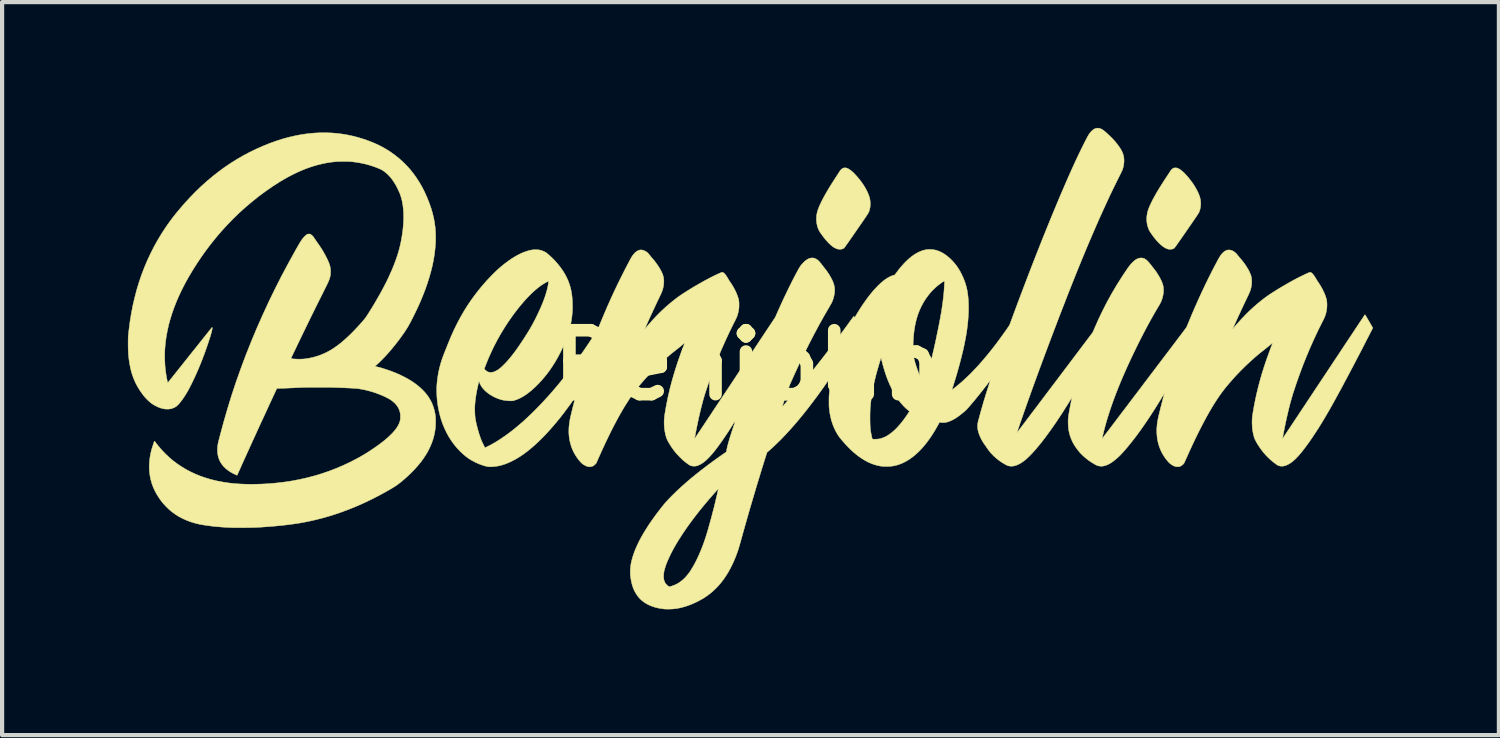
<source format=kicad_pcb>
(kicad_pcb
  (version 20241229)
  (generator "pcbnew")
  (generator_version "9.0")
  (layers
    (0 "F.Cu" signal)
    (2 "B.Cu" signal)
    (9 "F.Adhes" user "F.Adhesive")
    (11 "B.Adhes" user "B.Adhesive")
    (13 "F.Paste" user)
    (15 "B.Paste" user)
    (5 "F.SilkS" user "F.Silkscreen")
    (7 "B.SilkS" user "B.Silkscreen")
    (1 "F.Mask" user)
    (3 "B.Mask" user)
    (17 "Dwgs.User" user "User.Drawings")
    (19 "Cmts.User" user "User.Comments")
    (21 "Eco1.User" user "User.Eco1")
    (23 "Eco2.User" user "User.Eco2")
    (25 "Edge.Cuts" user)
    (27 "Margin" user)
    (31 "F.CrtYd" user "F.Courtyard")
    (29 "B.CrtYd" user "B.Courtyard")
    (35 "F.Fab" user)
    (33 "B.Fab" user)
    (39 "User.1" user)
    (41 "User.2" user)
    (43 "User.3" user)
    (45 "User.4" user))
  (footprint "Benjolin"
    (layer "F.Cu")
    (at 14.772 5.658)
    (property "Reference" "Benjolin" (at 0 0 0) (layer "F.SilkS") (effects (font (size 1.524 1.524) (thickness 0.3))))
    (attr through_hole)
    (fp_poly (pts (xy 2.351 -4.704) (xy 2.38 -4.695) (xy 2.411 -4.68) (xy 2.444 -4.658) (xy 2.48 -4.631) (xy 2.517 -4.598) (xy 2.556 -4.559) (xy 2.568 -4.546) (xy 2.625 -4.484) (xy 2.675 -4.422) (xy 2.721 -4.362) (xy 2.763 -4.301) (xy 2.801 -4.24) (xy 2.836 -4.177) (xy 2.845 -4.158) (xy 2.87 -4.105) (xy 2.89 -4.056) (xy 2.906 -4.009) (xy 2.917 -3.964) (xy 2.924 -3.919) (xy 2.927 -3.873) (xy 2.927 -3.852) (xy 2.927 -3.819) (xy 2.925 -3.791) (xy 2.922 -3.764) (xy 2.917 -3.738) (xy 2.91 -3.712) (xy 2.908 -3.702) (xy 2.905 -3.693) (xy 2.903 -3.684) (xy 2.901 -3.676) (xy 2.898 -3.668) (xy 2.895 -3.66) (xy 2.89 -3.651) (xy 2.886 -3.641) (xy 2.879 -3.629) (xy 2.872 -3.617) (xy 2.863 -3.602) (xy 2.853 -3.586) (xy 2.84 -3.567) (xy 2.826 -3.545) (xy 2.809 -3.52) (xy 2.79 -3.492) (xy 2.769 -3.461) (xy 2.744 -3.425) (xy 2.717 -3.385) (xy 2.686 -3.341) (xy 2.652 -3.292) (xy 2.615 -3.238) (xy 2.595 -3.209) (xy 2.554 -3.151) (xy 2.518 -3.098) (xy 2.484 -3.05) (xy 2.454 -3.007) (xy 2.428 -2.968) (xy 2.404 -2.935) (xy 2.383 -2.905) (xy 2.365 -2.879) (xy 2.349 -2.857) (xy 2.336 -2.839) (xy 2.325 -2.824) (xy 2.316 -2.812) (xy 2.309 -2.803) (xy 2.304 -2.796) (xy 2.3 -2.792) (xy 2.298 -2.79) (xy 2.274 -2.778) (xy 2.249 -2.769) (xy 2.22 -2.765) (xy 2.21 -2.765) (xy 2.195 -2.765) (xy 2.181 -2.765) (xy 2.172 -2.765) (xy 2.169 -2.766) (xy 2.137 -2.774) (xy 2.108 -2.785) (xy 2.079 -2.799) (xy 2.05 -2.816) (xy 2.021 -2.838) (xy 1.988 -2.864) (xy 1.983 -2.869) (xy 1.948 -2.901) (xy 1.911 -2.939) (xy 1.873 -2.982) (xy 1.833 -3.03) (xy 1.793 -3.082) (xy 1.753 -3.138) (xy 1.731 -3.168) (xy 1.706 -3.212) (xy 1.684 -3.259) (xy 1.667 -3.311) (xy 1.654 -3.366) (xy 1.646 -3.422) (xy 1.643 -3.48) (xy 1.643 -3.485) (xy 1.644 -3.526) (xy 1.647 -3.568) (xy 1.654 -3.609) (xy 1.663 -3.651) (xy 1.676 -3.694) (xy 1.692 -3.74) (xy 1.712 -3.79) (xy 1.735 -3.842) (xy 1.763 -3.9) (xy 1.789 -3.951) (xy 1.817 -4.004) (xy 1.848 -4.06) (xy 1.881 -4.119) (xy 1.918 -4.181) (xy 1.957 -4.246) (xy 2 -4.315) (xy 2.047 -4.389) (xy 2.097 -4.467) (xy 2.137 -4.528) (xy 2.152 -4.551) (xy 2.166 -4.573) (xy 2.179 -4.593) (xy 2.19 -4.61) (xy 2.199 -4.623) (xy 2.204 -4.631) (xy 2.206 -4.635) (xy 2.215 -4.647) (xy 2.228 -4.661) (xy 2.241 -4.674) (xy 2.253 -4.684) (xy 2.257 -4.686) (xy 2.276 -4.696) (xy 2.298 -4.704) (xy 2.319 -4.707) (xy 2.325 -4.707) (xy 2.351 -4.704)) (stroke (width 0.01) (type solid)) (fill yes) (layer "F.SilkS"))
    (fp_poly (pts (xy 10.221 -4.705) (xy 10.233 -4.704) (xy 10.245 -4.701) (xy 10.257 -4.697) (xy 10.259 -4.696) (xy 10.293 -4.679) (xy 10.328 -4.656) (xy 10.365 -4.627) (xy 10.405 -4.591) (xy 10.446 -4.548) (xy 10.489 -4.501) (xy 10.54 -4.439) (xy 10.585 -4.38) (xy 10.627 -4.322) (xy 10.664 -4.263) (xy 10.698 -4.204) (xy 10.726 -4.152) (xy 10.749 -4.103) (xy 10.767 -4.059) (xy 10.782 -4.017) (xy 10.793 -3.976) (xy 10.8 -3.935) (xy 10.805 -3.892) (xy 10.806 -3.869) (xy 10.805 -3.816) (xy 10.799 -3.765) (xy 10.788 -3.713) (xy 10.771 -3.661) (xy 10.767 -3.653) (xy 10.766 -3.648) (xy 10.763 -3.643) (xy 10.76 -3.636) (xy 10.755 -3.629) (xy 10.75 -3.62) (xy 10.743 -3.609) (xy 10.734 -3.595) (xy 10.724 -3.58) (xy 10.712 -3.562) (xy 10.698 -3.541) (xy 10.681 -3.516) (xy 10.662 -3.489) (xy 10.641 -3.457) (xy 10.616 -3.421) (xy 10.589 -3.381) (xy 10.558 -3.337) (xy 10.524 -3.287) (xy 10.486 -3.233) (xy 10.47 -3.209) (xy 10.428 -3.148) (xy 10.389 -3.093) (xy 10.355 -3.043) (xy 10.324 -2.999) (xy 10.296 -2.959) (xy 10.271 -2.923) (xy 10.249 -2.893) (xy 10.231 -2.866) (xy 10.215 -2.844) (xy 10.202 -2.826) (xy 10.191 -2.812) (xy 10.183 -2.801) (xy 10.177 -2.794) (xy 10.174 -2.79) (xy 10.173 -2.789) (xy 10.15 -2.778) (xy 10.128 -2.77) (xy 10.104 -2.766) (xy 10.085 -2.765) (xy 10.07 -2.765) (xy 10.056 -2.765) (xy 10.045 -2.765) (xy 10.041 -2.766) (xy 10.006 -2.776) (xy 9.968 -2.792) (xy 9.929 -2.815) (xy 9.889 -2.844) (xy 9.847 -2.879) (xy 9.804 -2.92) (xy 9.76 -2.967) (xy 9.732 -3) (xy 9.709 -3.028) (xy 9.686 -3.057) (xy 9.664 -3.087) (xy 9.643 -3.117) (xy 9.623 -3.145) (xy 9.605 -3.172) (xy 9.59 -3.195) (xy 9.579 -3.215) (xy 9.573 -3.227) (xy 9.551 -3.283) (xy 9.534 -3.342) (xy 9.523 -3.402) (xy 9.518 -3.462) (xy 9.518 -3.51) (xy 9.521 -3.55) (xy 9.526 -3.588) (xy 9.533 -3.627) (xy 9.542 -3.666) (xy 9.555 -3.706) (xy 9.57 -3.749) (xy 9.589 -3.794) (xy 9.611 -3.843) (xy 9.637 -3.896) (xy 9.647 -3.917) (xy 9.672 -3.965) (xy 9.699 -4.015) (xy 9.727 -4.065) (xy 9.756 -4.117) (xy 9.789 -4.171) (xy 9.823 -4.228) (xy 9.861 -4.288) (xy 9.902 -4.352) (xy 9.946 -4.421) (xy 9.989 -4.486) (xy 10.007 -4.513) (xy 10.024 -4.539) (xy 10.04 -4.563) (xy 10.054 -4.584) (xy 10.066 -4.603) (xy 10.075 -4.617) (xy 10.081 -4.627) (xy 10.084 -4.631) (xy 10.1 -4.654) (xy 10.12 -4.675) (xy 10.142 -4.691) (xy 10.149 -4.695) (xy 10.161 -4.7) (xy 10.17 -4.703) (xy 10.18 -4.705) (xy 10.192 -4.706) (xy 10.204 -4.706) (xy 10.221 -4.705)) (stroke (width 0.01) (type solid)) (fill yes) (layer "F.SilkS"))
    (fp_poly (pts (xy -9.908 -5.538) (xy -9.766 -5.526) (xy -9.626 -5.507) (xy -9.527 -5.489) (xy -9.415 -5.465) (xy -9.303 -5.437) (xy -9.193 -5.404) (xy -9.084 -5.368) (xy -8.978 -5.328) (xy -8.875 -5.285) (xy -8.776 -5.239) (xy -8.683 -5.19) (xy -8.614 -5.15) (xy -8.508 -5.083) (xy -8.407 -5.01) (xy -8.31 -4.933) (xy -8.218 -4.851) (xy -8.131 -4.764) (xy -8.048 -4.673) (xy -7.97 -4.576) (xy -7.897 -4.475) (xy -7.828 -4.368) (xy -7.763 -4.257) (xy -7.703 -4.14) (xy -7.648 -4.018) (xy -7.597 -3.892) (xy -7.55 -3.76) (xy -7.539 -3.726) (xy -7.508 -3.619) (xy -7.482 -3.511) (xy -7.462 -3.403) (xy -7.447 -3.293) (xy -7.438 -3.181) (xy -7.435 -3.067) (xy -7.436 -2.951) (xy -7.443 -2.831) (xy -7.456 -2.708) (xy -7.466 -2.63) (xy -7.488 -2.5) (xy -7.515 -2.367) (xy -7.549 -2.232) (xy -7.588 -2.093) (xy -7.633 -1.952) (xy -7.683 -1.808) (xy -7.74 -1.662) (xy -7.801 -1.514) (xy -7.869 -1.364) (xy -7.942 -1.212) (xy -7.955 -1.186) (xy -7.982 -1.132) (xy -8.007 -1.083) (xy -8.03 -1.039) (xy -8.051 -0.999) (xy -8.072 -0.962) (xy -8.091 -0.927) (xy -8.111 -0.894) (xy -8.131 -0.862) (xy -8.151 -0.83) (xy -8.173 -0.797) (xy -8.196 -0.763) (xy -8.222 -0.727) (xy -8.25 -0.688) (xy -8.251 -0.686) (xy -8.326 -0.584) (xy -8.403 -0.486) (xy -8.48 -0.391) (xy -8.558 -0.3) (xy -8.636 -0.214) (xy -8.714 -0.133) (xy -8.79 -0.058) (xy -8.848 -0.005) (xy -8.861 0.006) (xy -8.871 0.016) (xy -8.878 0.023) (xy -8.881 0.027) (xy -8.881 0.027) (xy -8.878 0.029) (xy -8.869 0.031) (xy -8.857 0.033) (xy -8.85 0.034) (xy -8.839 0.036) (xy -8.822 0.04) (xy -8.801 0.045) (xy -8.778 0.051) (xy -8.753 0.058) (xy -8.734 0.063) (xy -8.613 0.101) (xy -8.496 0.142) (xy -8.386 0.185) (xy -8.281 0.231) (xy -8.182 0.28) (xy -8.089 0.33) (xy -8.002 0.383) (xy -7.922 0.439) (xy -7.847 0.497) (xy -7.779 0.557) (xy -7.751 0.584) (xy -7.691 0.647) (xy -7.638 0.712) (xy -7.592 0.779) (xy -7.552 0.848) (xy -7.517 0.92) (xy -7.489 0.995) (xy -7.466 1.073) (xy -7.449 1.155) (xy -7.44 1.216) (xy -7.438 1.235) (xy -7.437 1.26) (xy -7.436 1.289) (xy -7.435 1.321) (xy -7.435 1.355) (xy -7.436 1.389) (xy -7.437 1.421) (xy -7.438 1.452) (xy -7.44 1.478) (xy -7.442 1.499) (xy -7.456 1.594) (xy -7.476 1.687) (xy -7.502 1.779) (xy -7.535 1.87) (xy -7.574 1.96) (xy -7.618 2.049) (xy -7.67 2.137) (xy -7.727 2.224) (xy -7.791 2.311) (xy -7.862 2.397) (xy -7.939 2.483) (xy -8.023 2.569) (xy -8.025 2.57) (xy -8.076 2.62) (xy -8.125 2.665) (xy -8.174 2.709) (xy -8.223 2.751) (xy -8.276 2.794) (xy -8.32 2.828) (xy -8.341 2.844) (xy -8.364 2.861) (xy -8.39 2.878) (xy -8.419 2.897) (xy -8.452 2.917) (xy -8.489 2.94) (xy -8.531 2.964) (xy -8.578 2.991) (xy -8.611 3.01) (xy -8.798 3.112) (xy -8.985 3.207) (xy -9.173 3.296) (xy -9.361 3.378) (xy -9.549 3.453) (xy -9.738 3.522) (xy -9.927 3.584) (xy -10.116 3.639) (xy -10.305 3.687) (xy -10.495 3.729) (xy -10.685 3.764) (xy -10.819 3.784) (xy -10.961 3.803) (xy -11.109 3.82) (xy -11.263 3.835) (xy -11.423 3.848) (xy -11.589 3.86) (xy -11.73 3.868) (xy -11.744 3.868) (xy -11.765 3.869) (xy -11.79 3.869) (xy -11.82 3.87) (xy -11.854 3.871) (xy -11.89 3.871) (xy -11.929 3.871) (xy -11.968 3.872) (xy -12.009 3.872) (xy -12.049 3.873) (xy -12.088 3.873) (xy -12.125 3.873) (xy -12.16 3.873) (xy -12.192 3.873) (xy -12.219 3.873) (xy -12.242 3.873) (xy -12.259 3.873) (xy -12.265 3.872) (xy -12.369 3.868) (xy -12.467 3.863) (xy -12.561 3.856) (xy -12.651 3.849) (xy -12.739 3.84) (xy -12.825 3.829) (xy -12.911 3.817) (xy -12.998 3.804) (xy -13.003 3.803) (xy -13.098 3.784) (xy -13.192 3.76) (xy -13.285 3.731) (xy -13.375 3.697) (xy -13.461 3.658) (xy -13.544 3.615) (xy -13.622 3.568) (xy -13.636 3.558) (xy -13.716 3.501) (xy -13.791 3.439) (xy -13.861 3.371) (xy -13.928 3.299) (xy -13.989 3.222) (xy -14.046 3.14) (xy -14.097 3.055) (xy -14.13 2.993) (xy -14.169 2.908) (xy -14.201 2.821) (xy -14.226 2.732) (xy -14.245 2.642) (xy -14.258 2.551) (xy -14.264 2.457) (xy -14.263 2.362) (xy -14.256 2.266) (xy -14.242 2.168) (xy -14.229 2.101) (xy -14.223 2.076) (xy -14.218 2.052) (xy -14.212 2.028) (xy -14.205 2.004) (xy -14.198 1.979) (xy -14.189 1.952) (xy -14.179 1.921) (xy -14.168 1.886) (xy -14.154 1.846) (xy -14.147 1.825) (xy -14.143 1.815) (xy -14.14 1.81) (xy -14.139 1.808) (xy -14.136 1.811) (xy -14.13 1.818) (xy -14.123 1.828) (xy -14.12 1.831) (xy -14.107 1.849) (xy -14.09 1.871) (xy -14.07 1.896) (xy -14.049 1.923) (xy -14.026 1.95) (xy -14.004 1.976) (xy -13.982 2.001) (xy -13.962 2.024) (xy -13.876 2.114) (xy -13.786 2.199) (xy -13.691 2.279) (xy -13.592 2.353) (xy -13.489 2.422) (xy -13.382 2.486) (xy -13.271 2.544) (xy -13.155 2.598) (xy -13.035 2.646) (xy -12.911 2.688) (xy -12.783 2.726) (xy -12.651 2.758) (xy -12.514 2.784) (xy -12.373 2.806) (xy -12.229 2.822) (xy -12.175 2.826) (xy -12.073 2.832) (xy -11.966 2.836) (xy -11.855 2.838) (xy -11.74 2.837) (xy -11.623 2.834) (xy -11.504 2.829) (xy -11.385 2.821) (xy -11.267 2.811) (xy -11.23 2.807) (xy -11.042 2.785) (xy -10.857 2.757) (xy -10.674 2.722) (xy -10.493 2.681) (xy -10.315 2.634) (xy -10.14 2.581) (xy -9.967 2.521) (xy -9.798 2.456) (xy -9.631 2.384) (xy -9.467 2.307) (xy -9.306 2.223) (xy -9.241 2.187) (xy -9.2 2.164) (xy -9.162 2.141) (xy -9.124 2.119) (xy -9.087 2.096) (xy -9.047 2.071) (xy -9.004 2.043) (xy -8.984 2.03) (xy -8.904 1.976) (xy -8.829 1.924) (xy -8.761 1.874) (xy -8.697 1.825) (xy -8.637 1.777) (xy -8.582 1.73) (xy -8.531 1.682) (xy -8.497 1.649) (xy -8.449 1.6) (xy -8.408 1.552) (xy -8.373 1.506) (xy -8.343 1.461) (xy -8.319 1.416) (xy -8.299 1.372) (xy -8.285 1.327) (xy -8.28 1.306) (xy -8.278 1.293) (xy -8.277 1.275) (xy -8.276 1.254) (xy -8.276 1.231) (xy -8.276 1.207) (xy -8.276 1.185) (xy -8.278 1.165) (xy -8.279 1.149) (xy -8.28 1.145) (xy -8.293 1.092) (xy -8.312 1.042) (xy -8.338 0.994) (xy -8.369 0.949) (xy -8.406 0.907) (xy -8.45 0.868) (xy -8.499 0.83) (xy -8.545 0.802) (xy -8.562 0.792) (xy -8.584 0.781) (xy -8.609 0.768) (xy -8.638 0.754) (xy -8.667 0.74) (xy -8.697 0.727) (xy -8.726 0.714) (xy -8.741 0.708) (xy -8.844 0.668) (xy -8.948 0.633) (xy -9.053 0.604) (xy -9.157 0.58) (xy -9.26 0.562) (xy -9.295 0.557) (xy -9.313 0.555) (xy -9.338 0.553) (xy -9.368 0.551) (xy -9.404 0.549) (xy -9.444 0.546) (xy -9.489 0.544) (xy -9.538 0.542) (xy -9.589 0.539) (xy -9.644 0.537) (xy -9.701 0.535) (xy -9.759 0.533) (xy -9.819 0.531) (xy -9.879 0.529) (xy -9.909 0.528) (xy -9.938 0.527) (xy -9.971 0.527) (xy -10.009 0.526) (xy -10.051 0.526) (xy -10.095 0.526) (xy -10.143 0.526) (xy -10.192 0.526) (xy -10.242 0.526) (xy -10.293 0.526) (xy -10.344 0.526) (xy -10.394 0.526) (xy -10.442 0.527) (xy -10.487 0.527) (xy -10.53 0.528) (xy -10.569 0.528) (xy -10.604 0.529) (xy -10.634 0.53) (xy -10.658 0.531) (xy -10.67 0.531) (xy -10.718 0.534) (xy -10.769 0.536) (xy -10.819 0.539) (xy -10.87 0.541) (xy -10.919 0.543) (xy -10.966 0.545) (xy -11.01 0.547) (xy -11.051 0.549) (xy -11.086 0.55) (xy -11.117 0.551) (xy -11.129 0.551) (xy -11.222 0.554) (xy -11.331 0.789) (xy -11.395 0.926) (xy -11.46 1.068) (xy -11.527 1.214) (xy -11.596 1.362) (xy -11.665 1.512) (xy -11.733 1.662) (xy -11.802 1.812) (xy -11.869 1.96) (xy -11.935 2.105) (xy -11.999 2.246) (xy -12.061 2.383) (xy -12.061 2.385) (xy -12.169 2.624) (xy -12.199 2.611) (xy -12.269 2.578) (xy -12.333 2.542) (xy -12.391 2.502) (xy -12.443 2.46) (xy -12.489 2.415) (xy -12.528 2.367) (xy -12.562 2.317) (xy -12.59 2.263) (xy -12.611 2.206) (xy -12.626 2.147) (xy -12.635 2.084) (xy -12.638 2.019) (xy -12.638 1.991) (xy -12.637 1.972) (xy -12.636 1.953) (xy -12.634 1.936) (xy -12.632 1.918) (xy -12.629 1.899) (xy -12.625 1.879) (xy -12.621 1.856) (xy -12.615 1.83) (xy -12.608 1.8) (xy -12.599 1.766) (xy -12.589 1.725) (xy -12.586 1.715) (xy -12.498 1.386) (xy -12.404 1.059) (xy -12.304 0.733) (xy -12.197 0.409) (xy -12.083 0.087) (xy -11.963 -0.235) (xy -11.836 -0.554) (xy -11.703 -0.873) (xy -11.563 -1.19) (xy -11.417 -1.506) (xy -11.264 -1.821) (xy -11.105 -2.135) (xy -10.938 -2.447) (xy -10.766 -2.759) (xy -10.747 -2.792) (xy -10.724 -2.832) (xy -10.704 -2.867) (xy -10.686 -2.897) (xy -10.671 -2.923) (xy -10.657 -2.945) (xy -10.645 -2.964) (xy -10.634 -2.981) (xy -10.623 -2.997) (xy -10.612 -3.011) (xy -10.602 -3.024) (xy -10.599 -3.027) (xy -10.581 -3.048) (xy -10.562 -3.068) (xy -10.543 -3.087) (xy -10.525 -3.102) (xy -10.51 -3.114) (xy -10.507 -3.116) (xy -10.495 -3.122) (xy -10.484 -3.126) (xy -10.472 -3.128) (xy -10.462 -3.129) (xy -10.448 -3.129) (xy -10.438 -3.128) (xy -10.428 -3.125) (xy -10.416 -3.12) (xy -10.4 -3.11) (xy -10.385 -3.098) (xy -10.369 -3.083) (xy -10.353 -3.064) (xy -10.335 -3.039) (xy -10.325 -3.024) (xy -10.313 -3.006) (xy -10.298 -2.984) (xy -10.282 -2.961) (xy -10.265 -2.936) (xy -10.249 -2.913) (xy -10.246 -2.909) (xy -10.2 -2.843) (xy -10.159 -2.781) (xy -10.122 -2.721) (xy -10.088 -2.661) (xy -10.055 -2.602) (xy -10.041 -2.572) (xy -10.017 -2.524) (xy -9.997 -2.481) (xy -9.981 -2.442) (xy -9.968 -2.406) (xy -9.957 -2.372) (xy -9.95 -2.34) (xy -9.944 -2.308) (xy -9.941 -2.276) (xy -9.94 -2.244) (xy -9.939 -2.234) (xy -9.941 -2.193) (xy -9.944 -2.157) (xy -9.95 -2.121) (xy -9.96 -2.084) (xy -9.972 -2.047) (xy -9.975 -2.038) (xy -9.978 -2.028) (xy -9.982 -2.018) (xy -9.986 -2.008) (xy -9.991 -1.996) (xy -9.997 -1.983) (xy -10.004 -1.968) (xy -10.012 -1.951) (xy -10.022 -1.93) (xy -10.034 -1.907) (xy -10.047 -1.88) (xy -10.062 -1.849) (xy -10.08 -1.814) (xy -10.1 -1.773) (xy -10.122 -1.728) (xy -10.148 -1.677) (xy -10.148 -1.676) (xy -10.236 -1.501) (xy -10.322 -1.327) (xy -10.408 -1.153) (xy -10.493 -0.978) (xy -10.579 -0.801) (xy -10.666 -0.621) (xy -10.755 -0.436) (xy -10.782 -0.379) (xy -10.802 -0.338) (xy -10.82 -0.301) (xy -10.834 -0.271) (xy -10.847 -0.245) (xy -10.857 -0.223) (xy -10.865 -0.206) (xy -10.871 -0.192) (xy -10.876 -0.181) (xy -10.879 -0.173) (xy -10.881 -0.167) (xy -10.882 -0.163) (xy -10.882 -0.161) (xy -10.881 -0.159) (xy -10.879 -0.159) (xy -10.879 -0.158) (xy -10.864 -0.155) (xy -10.843 -0.153) (xy -10.818 -0.15) (xy -10.789 -0.149) (xy -10.757 -0.147) (xy -10.724 -0.146) (xy -10.69 -0.146) (xy -10.657 -0.146) (xy -10.625 -0.147) (xy -10.595 -0.148) (xy -10.569 -0.15) (xy -10.567 -0.151) (xy -10.472 -0.164) (xy -10.377 -0.183) (xy -10.282 -0.209) (xy -10.187 -0.241) (xy -10.092 -0.281) (xy -10.069 -0.291) (xy -9.998 -0.327) (xy -9.926 -0.368) (xy -9.853 -0.415) (xy -9.778 -0.468) (xy -9.701 -0.527) (xy -9.624 -0.592) (xy -9.544 -0.664) (xy -9.463 -0.741) (xy -9.38 -0.825) (xy -9.295 -0.915) (xy -9.208 -1.011) (xy -9.175 -1.049) (xy -9.16 -1.067) (xy -9.145 -1.084) (xy -9.132 -1.1) (xy -9.12 -1.116) (xy -9.107 -1.132) (xy -9.095 -1.149) (xy -9.082 -1.168) (xy -9.068 -1.19) (xy -9.052 -1.214) (xy -9.034 -1.242) (xy -9.014 -1.274) (xy -8.991 -1.311) (xy -8.976 -1.334) (xy -8.889 -1.478) (xy -8.808 -1.618) (xy -8.731 -1.754) (xy -8.661 -1.886) (xy -8.595 -2.015) (xy -8.536 -2.141) (xy -8.481 -2.264) (xy -8.432 -2.383) (xy -8.388 -2.5) (xy -8.349 -2.613) (xy -8.315 -2.724) (xy -8.287 -2.832) (xy -8.263 -2.937) (xy -8.262 -2.945) (xy -8.24 -3.067) (xy -8.222 -3.188) (xy -8.209 -3.306) (xy -8.201 -3.421) (xy -8.198 -3.532) (xy -8.2 -3.626) (xy -8.206 -3.723) (xy -8.217 -3.816) (xy -8.233 -3.905) (xy -8.253 -3.989) (xy -8.279 -4.069) (xy -8.286 -4.088) (xy -8.296 -4.111) (xy -8.308 -4.139) (xy -8.322 -4.169) (xy -8.337 -4.201) (xy -8.353 -4.233) (xy -8.368 -4.263) (xy -8.382 -4.29) (xy -8.394 -4.31) (xy -8.438 -4.38) (xy -8.483 -4.444) (xy -8.53 -4.501) (xy -8.579 -4.552) (xy -8.63 -4.596) (xy -8.682 -4.635) (xy -8.717 -4.656) (xy -8.737 -4.667) (xy -8.762 -4.679) (xy -8.791 -4.691) (xy -8.823 -4.705) (xy -8.857 -4.718) (xy -8.892 -4.731) (xy -8.926 -4.743) (xy -8.932 -4.745) (xy -9.012 -4.77) (xy -9.09 -4.792) (xy -9.168 -4.81) (xy -9.247 -4.826) (xy -9.328 -4.839) (xy -9.414 -4.85) (xy -9.45 -4.854) (xy -9.468 -4.855) (xy -9.491 -4.856) (xy -9.518 -4.857) (xy -9.55 -4.858) (xy -9.583 -4.858) (xy -9.619 -4.858) (xy -9.654 -4.858) (xy -9.689 -4.858) (xy -9.723 -4.857) (xy -9.753 -4.857) (xy -9.78 -4.856) (xy -9.802 -4.855) (xy -9.815 -4.854) (xy -9.905 -4.844) (xy -9.991 -4.832) (xy -10.074 -4.817) (xy -10.157 -4.799) (xy -10.24 -4.779) (xy -10.327 -4.754) (xy -10.348 -4.748) (xy -10.45 -4.715) (xy -10.555 -4.676) (xy -10.661 -4.632) (xy -10.769 -4.583) (xy -10.877 -4.529) (xy -10.986 -4.471) (xy -11.093 -4.409) (xy -11.151 -4.375) (xy -11.32 -4.266) (xy -11.486 -4.151) (xy -11.649 -4.031) (xy -11.807 -3.905) (xy -11.962 -3.774) (xy -12.113 -3.638) (xy -12.26 -3.496) (xy -12.402 -3.349) (xy -12.541 -3.198) (xy -12.675 -3.041) (xy -12.804 -2.88) (xy -12.929 -2.714) (xy -13.029 -2.572) (xy -13.131 -2.42) (xy -13.227 -2.268) (xy -13.316 -2.119) (xy -13.399 -1.971) (xy -13.475 -1.824) (xy -13.545 -1.679) (xy -13.608 -1.535) (xy -13.665 -1.392) (xy -13.716 -1.25) (xy -13.76 -1.109) (xy -13.799 -0.969) (xy -13.83 -0.83) (xy -13.856 -0.692) (xy -13.875 -0.555) (xy -13.883 -0.479) (xy -13.889 -0.41) (xy -13.893 -0.34) (xy -13.895 -0.268) (xy -13.895 -0.193) (xy -13.894 -0.161) (xy -13.892 -0.078) (xy -13.888 0.001) (xy -13.881 0.077) (xy -13.873 0.152) (xy -13.861 0.228) (xy -13.851 0.288) (xy -13.847 0.309) (xy -13.843 0.331) (xy -13.838 0.352) (xy -13.834 0.372) (xy -13.83 0.39) (xy -13.827 0.405) (xy -13.824 0.415) (xy -13.823 0.419) (xy -13.823 0.419) (xy -13.821 0.417) (xy -13.814 0.409) (xy -13.804 0.397) (xy -13.791 0.38) (xy -13.773 0.358) (xy -13.753 0.332) (xy -13.729 0.303) (xy -13.702 0.269) (xy -13.673 0.233) (xy -13.641 0.192) (xy -13.606 0.149) (xy -13.57 0.103) (xy -13.531 0.055) (xy -13.49 0.004) (xy -13.448 -0.05) (xy -13.404 -0.105) (xy -13.359 -0.162) (xy -13.312 -0.22) (xy -13.296 -0.241) (xy -13.249 -0.3) (xy -13.203 -0.357) (xy -13.158 -0.413) (xy -13.115 -0.467) (xy -13.074 -0.519) (xy -13.034 -0.569) (xy -12.997 -0.616) (xy -12.961 -0.66) (xy -12.928 -0.701) (xy -12.898 -0.74) (xy -12.87 -0.774) (xy -12.845 -0.806) (xy -12.823 -0.833) (xy -12.804 -0.856) (xy -12.789 -0.875) (xy -12.777 -0.889) (xy -12.769 -0.899) (xy -12.766 -0.903) (xy -12.765 -0.903) (xy -12.762 -0.902) (xy -12.761 -0.894) (xy -12.761 -0.881) (xy -12.763 -0.864) (xy -12.767 -0.844) (xy -12.771 -0.826) (xy -12.781 -0.786) (xy -12.793 -0.741) (xy -12.808 -0.69) (xy -12.825 -0.636) (xy -12.844 -0.577) (xy -12.864 -0.516) (xy -12.886 -0.452) (xy -12.909 -0.386) (xy -12.933 -0.319) (xy -12.957 -0.252) (xy -12.983 -0.185) (xy -13.008 -0.118) (xy -13.034 -0.053) (xy -13.06 0.011) (xy -13.085 0.071) (xy -13.093 0.09) (xy -13.118 0.148) (xy -13.144 0.206) (xy -13.171 0.266) (xy -13.199 0.325) (xy -13.226 0.382) (xy -13.253 0.438) (xy -13.28 0.491) (xy -13.305 0.539) (xy -13.328 0.584) (xy -13.35 0.623) (xy -13.35 0.623) (xy -13.379 0.672) (xy -13.409 0.72) (xy -13.438 0.765) (xy -13.468 0.808) (xy -13.497 0.848) (xy -13.526 0.884) (xy -13.553 0.916) (xy -13.578 0.944) (xy -13.602 0.966) (xy -13.623 0.983) (xy -13.625 0.985) (xy -13.657 1.004) (xy -13.694 1.021) (xy -13.733 1.034) (xy -13.772 1.042) (xy -13.777 1.043) (xy -13.798 1.045) (xy -13.824 1.046) (xy -13.852 1.045) (xy -13.88 1.044) (xy -13.906 1.041) (xy -13.923 1.038) (xy -13.948 1.032) (xy -13.978 1.024) (xy -14.009 1.014) (xy -14.039 1.003) (xy -14.058 0.995) (xy -14.117 0.967) (xy -14.175 0.933) (xy -14.231 0.893) (xy -14.285 0.846) (xy -14.338 0.794) (xy -14.389 0.735) (xy -14.439 0.67) (xy -14.488 0.599) (xy -14.536 0.521) (xy -14.552 0.493) (xy -14.593 0.414) (xy -14.629 0.332) (xy -14.661 0.247) (xy -14.689 0.159) (xy -14.712 0.066) (xy -14.731 -0.032) (xy -14.74 -0.09) (xy -14.747 -0.138) (xy -14.752 -0.183) (xy -14.757 -0.228) (xy -14.761 -0.272) (xy -14.763 -0.318) (xy -14.765 -0.366) (xy -14.767 -0.418) (xy -14.767 -0.474) (xy -14.767 -0.513) (xy -14.767 -0.551) (xy -14.767 -0.584) (xy -14.767 -0.613) (xy -14.766 -0.638) (xy -14.766 -0.661) (xy -14.765 -0.683) (xy -14.763 -0.705) (xy -14.761 -0.729) (xy -14.758 -0.755) (xy -14.755 -0.784) (xy -14.751 -0.818) (xy -14.747 -0.855) (xy -14.721 -1.053) (xy -14.689 -1.247) (xy -14.652 -1.437) (xy -14.608 -1.623) (xy -14.56 -1.806) (xy -14.505 -1.986) (xy -14.445 -2.162) (xy -14.379 -2.334) (xy -14.307 -2.504) (xy -14.229 -2.67) (xy -14.146 -2.833) (xy -14.057 -2.992) (xy -13.962 -3.149) (xy -13.895 -3.251) (xy -13.855 -3.311) (xy -13.816 -3.367) (xy -13.777 -3.421) (xy -13.737 -3.475) (xy -13.696 -3.53) (xy -13.652 -3.585) (xy -13.605 -3.644) (xy -13.558 -3.7) (xy -13.43 -3.85) (xy -13.298 -3.994) (xy -13.163 -4.133) (xy -13.026 -4.265) (xy -12.885 -4.391) (xy -12.741 -4.512) (xy -12.626 -4.602) (xy -12.479 -4.711) (xy -12.329 -4.813) (xy -12.176 -4.909) (xy -12.019 -5) (xy -11.86 -5.084) (xy -11.697 -5.162) (xy -11.531 -5.235) (xy -11.381 -5.295) (xy -11.229 -5.349) (xy -11.079 -5.397) (xy -10.929 -5.438) (xy -10.78 -5.472) (xy -10.632 -5.5) (xy -10.486 -5.521) (xy -10.34 -5.535) (xy -10.195 -5.543) (xy -10.051 -5.544) (xy -9.908 -5.538)) (stroke (width 0.01) (type solid)) (fill yes) (layer "F.SilkS"))
    (fp_poly (pts (xy 8.375 -5.651) (xy 8.401 -5.646) (xy 8.427 -5.636) (xy 8.455 -5.622) (xy 8.483 -5.603) (xy 8.515 -5.578) (xy 8.534 -5.562) (xy 8.587 -5.514) (xy 8.636 -5.468) (xy 8.68 -5.425) (xy 8.72 -5.384) (xy 8.757 -5.343) (xy 8.791 -5.302) (xy 8.823 -5.261) (xy 8.854 -5.219) (xy 8.876 -5.187) (xy 8.902 -5.146) (xy 8.923 -5.108) (xy 8.94 -5.072) (xy 8.953 -5.036) (xy 8.964 -5) (xy 8.971 -4.962) (xy 8.973 -4.948) (xy 8.978 -4.892) (xy 8.976 -4.833) (xy 8.968 -4.771) (xy 8.954 -4.707) (xy 8.947 -4.684) (xy 8.944 -4.674) (xy 8.94 -4.662) (xy 8.934 -4.649) (xy 8.927 -4.633) (xy 8.918 -4.614) (xy 8.907 -4.591) (xy 8.894 -4.564) (xy 8.878 -4.531) (xy 8.864 -4.505) (xy 8.79 -4.356) (xy 8.714 -4.2) (xy 8.636 -4.038) (xy 8.558 -3.87) (xy 8.478 -3.695) (xy 8.396 -3.515) (xy 8.314 -3.328) (xy 8.231 -3.136) (xy 8.146 -2.938) (xy 8.06 -2.735) (xy 7.974 -2.526) (xy 7.886 -2.312) (xy 7.798 -2.093) (xy 7.719 -1.895) (xy 7.644 -1.705) (xy 7.569 -1.511) (xy 7.492 -1.314) (xy 7.415 -1.115) (xy 7.339 -0.914) (xy 7.262 -0.712) (xy 7.186 -0.511) (xy 7.111 -0.311) (xy 7.037 -0.112) (xy 6.964 0.084) (xy 6.894 0.276) (xy 6.825 0.465) (xy 6.759 0.648) (xy 6.741 0.699) (xy 6.721 0.755) (xy 6.7 0.812) (xy 6.68 0.869) (xy 6.659 0.927) (xy 6.639 0.985) (xy 6.619 1.042) (xy 6.599 1.098) (xy 6.58 1.153) (xy 6.561 1.207) (xy 6.543 1.259) (xy 6.526 1.308) (xy 6.509 1.355) (xy 6.494 1.4) (xy 6.48 1.441) (xy 6.467 1.478) (xy 6.456 1.511) (xy 6.446 1.541) (xy 6.438 1.565) (xy 6.431 1.585) (xy 6.427 1.599) (xy 6.424 1.608) (xy 6.424 1.61) (xy 6.424 1.61) (xy 6.426 1.607) (xy 6.433 1.599) (xy 6.443 1.586) (xy 6.456 1.568) (xy 6.473 1.545) (xy 6.494 1.518) (xy 6.518 1.486) (xy 6.545 1.45) (xy 6.575 1.41) (xy 6.609 1.367) (xy 6.644 1.319) (xy 6.683 1.268) (xy 6.724 1.214) (xy 6.767 1.156) (xy 6.813 1.096) (xy 6.861 1.033) (xy 6.911 0.967) (xy 6.962 0.898) (xy 7.016 0.828) (xy 7.071 0.755) (xy 7.127 0.68) (xy 7.185 0.604) (xy 7.244 0.525) (xy 7.304 0.446) (xy 7.33 0.412) (xy 8.232 -0.784) (xy 8.272 -0.876) (xy 8.366 -1.089) (xy 8.466 -1.298) (xy 8.571 -1.504) (xy 8.682 -1.705) (xy 8.797 -1.901) (xy 8.919 -2.094) (xy 8.958 -2.155) (xy 8.987 -2.198) (xy 9.012 -2.235) (xy 9.035 -2.268) (xy 9.054 -2.297) (xy 9.072 -2.323) (xy 9.088 -2.345) (xy 9.103 -2.364) (xy 9.117 -2.382) (xy 9.13 -2.398) (xy 9.143 -2.413) (xy 9.156 -2.427) (xy 9.17 -2.442) (xy 9.172 -2.444) (xy 9.207 -2.477) (xy 9.24 -2.505) (xy 9.272 -2.526) (xy 9.304 -2.542) (xy 9.335 -2.552) (xy 9.367 -2.557) (xy 9.386 -2.558) (xy 9.412 -2.556) (xy 9.438 -2.551) (xy 9.462 -2.542) (xy 9.486 -2.528) (xy 9.511 -2.51) (xy 9.536 -2.487) (xy 9.563 -2.459) (xy 9.591 -2.425) (xy 9.61 -2.401) (xy 9.626 -2.381) (xy 9.642 -2.36) (xy 9.659 -2.339) (xy 9.674 -2.32) (xy 9.686 -2.305) (xy 9.686 -2.305) (xy 9.742 -2.231) (xy 9.792 -2.153) (xy 9.839 -2.071) (xy 9.854 -2.04) (xy 9.872 -2.002) (xy 9.886 -1.968) (xy 9.898 -1.936) (xy 9.906 -1.906) (xy 9.912 -1.877) (xy 9.916 -1.847) (xy 9.918 -1.815) (xy 9.919 -1.812) (xy 9.919 -1.763) (xy 9.915 -1.714) (xy 9.906 -1.665) (xy 9.894 -1.613) (xy 9.886 -1.588) (xy 9.879 -1.565) (xy 9.871 -1.544) (xy 9.864 -1.525) (xy 9.855 -1.505) (xy 9.844 -1.484) (xy 9.832 -1.461) (xy 9.817 -1.434) (xy 9.8 -1.406) (xy 9.706 -1.246) (xy 9.613 -1.082) (xy 9.521 -0.914) (xy 9.43 -0.74) (xy 9.339 -0.561) (xy 9.305 -0.493) (xy 9.214 -0.307) (xy 9.128 -0.126) (xy 9.047 0.05) (xy 8.971 0.222) (xy 8.899 0.39) (xy 8.832 0.554) (xy 8.77 0.714) (xy 8.712 0.87) (xy 8.659 1.022) (xy 8.61 1.171) (xy 8.565 1.317) (xy 8.525 1.459) (xy 8.489 1.598) (xy 8.475 1.659) (xy 8.469 1.683) (xy 8.464 1.705) (xy 8.46 1.723) (xy 8.457 1.738) (xy 8.455 1.748) (xy 8.454 1.753) (xy 8.454 1.753) (xy 8.456 1.75) (xy 8.462 1.742) (xy 8.472 1.73) (xy 8.485 1.712) (xy 8.502 1.69) (xy 8.522 1.663) (xy 8.546 1.632) (xy 8.572 1.598) (xy 8.602 1.559) (xy 8.634 1.517) (xy 8.669 1.471) (xy 8.706 1.422) (xy 8.745 1.37) (xy 8.787 1.315) (xy 8.83 1.258) (xy 8.875 1.198) (xy 8.922 1.136) (xy 8.971 1.072) (xy 9.021 1.007) (xy 9.072 0.939) (xy 9.124 0.87) (xy 9.177 0.8) (xy 9.231 0.729) (xy 9.286 0.657) (xy 9.341 0.585) (xy 9.396 0.512) (xy 9.451 0.438) (xy 9.507 0.365) (xy 9.562 0.292) (xy 9.617 0.219) (xy 9.672 0.147) (xy 9.726 0.076) (xy 9.779 0.005) (xy 9.832 -0.064) (xy 9.883 -0.132) (xy 9.934 -0.198) (xy 9.982 -0.263) (xy 10.03 -0.325) (xy 10.076 -0.386) (xy 10.12 -0.444) (xy 10.162 -0.5) (xy 10.202 -0.552) (xy 10.239 -0.602) (xy 10.275 -0.649) (xy 10.307 -0.692) (xy 10.338 -0.732) (xy 10.365 -0.768) (xy 10.389 -0.8) (xy 10.41 -0.828) (xy 10.428 -0.852) (xy 10.442 -0.871) (xy 10.453 -0.885) (xy 10.46 -0.895) (xy 10.463 -0.899) (xy 10.463 -0.899) (xy 10.466 -0.904) (xy 10.471 -0.915) (xy 10.478 -0.931) (xy 10.487 -0.951) (xy 10.496 -0.974) (xy 10.507 -0.999) (xy 10.518 -1.027) (xy 10.522 -1.035) (xy 10.594 -1.21) (xy 10.671 -1.387) (xy 10.75 -1.565) (xy 10.831 -1.742) (xy 10.914 -1.917) (xy 10.998 -2.089) (xy 11.082 -2.256) (xy 11.111 -2.311) (xy 11.137 -2.362) (xy 11.161 -2.407) (xy 11.182 -2.447) (xy 11.201 -2.482) (xy 11.217 -2.513) (xy 11.232 -2.54) (xy 11.245 -2.563) (xy 11.258 -2.583) (xy 11.269 -2.601) (xy 11.279 -2.616) (xy 11.288 -2.63) (xy 11.298 -2.642) (xy 11.307 -2.653) (xy 11.317 -2.664) (xy 11.327 -2.674) (xy 11.328 -2.676) (xy 11.357 -2.702) (xy 11.384 -2.721) (xy 11.411 -2.736) (xy 11.44 -2.745) (xy 11.467 -2.749) (xy 11.498 -2.748) (xy 11.529 -2.742) (xy 11.561 -2.73) (xy 11.592 -2.713) (xy 11.622 -2.691) (xy 11.65 -2.666) (xy 11.671 -2.642) (xy 11.682 -2.628) (xy 11.695 -2.611) (xy 11.711 -2.592) (xy 11.727 -2.573) (xy 11.736 -2.562) (xy 11.751 -2.545) (xy 11.766 -2.527) (xy 11.78 -2.511) (xy 11.792 -2.497) (xy 11.798 -2.489) (xy 11.831 -2.447) (xy 11.863 -2.403) (xy 11.893 -2.357) (xy 11.921 -2.312) (xy 11.946 -2.268) (xy 11.968 -2.225) (xy 11.986 -2.184) (xy 12.001 -2.147) (xy 12.006 -2.129) (xy 12.016 -2.086) (xy 12.021 -2.039) (xy 12.022 -1.989) (xy 12.02 -1.938) (xy 12.013 -1.886) (xy 12.003 -1.836) (xy 11.998 -1.817) (xy 11.992 -1.798) (xy 11.986 -1.78) (xy 11.979 -1.761) (xy 11.971 -1.741) (xy 11.961 -1.718) (xy 11.949 -1.691) (xy 11.935 -1.66) (xy 11.918 -1.625) (xy 11.914 -1.617) (xy 11.88 -1.545) (xy 11.845 -1.472) (xy 11.811 -1.4) (xy 11.778 -1.33) (xy 11.747 -1.262) (xy 11.718 -1.199) (xy 11.713 -1.189) (xy 11.699 -1.159) (xy 11.685 -1.128) (xy 11.671 -1.096) (xy 11.656 -1.064) (xy 11.642 -1.032) (xy 11.628 -1.002) (xy 11.615 -0.972) (xy 11.603 -0.945) (xy 11.592 -0.921) (xy 11.583 -0.9) (xy 11.575 -0.883) (xy 11.57 -0.871) (xy 11.567 -0.863) (xy 11.566 -0.862) (xy 11.569 -0.864) (xy 11.575 -0.871) (xy 11.584 -0.881) (xy 11.596 -0.895) (xy 11.609 -0.911) (xy 11.621 -0.926) (xy 11.705 -1.023) (xy 11.791 -1.117) (xy 11.88 -1.209) (xy 11.97 -1.298) (xy 12.061 -1.382) (xy 12.153 -1.462) (xy 12.244 -1.537) (xy 12.334 -1.606) (xy 12.371 -1.633) (xy 12.422 -1.669) (xy 12.478 -1.707) (xy 12.54 -1.746) (xy 12.606 -1.788) (xy 12.676 -1.831) (xy 12.749 -1.875) (xy 12.825 -1.919) (xy 12.904 -1.964) (xy 12.984 -2.009) (xy 13.01 -2.024) (xy 13.037 -2.038) (xy 13.067 -2.054) (xy 13.099 -2.071) (xy 13.132 -2.088) (xy 13.166 -2.105) (xy 13.201 -2.122) (xy 13.235 -2.139) (xy 13.268 -2.155) (xy 13.299 -2.169) (xy 13.328 -2.183) (xy 13.353 -2.194) (xy 13.375 -2.204) (xy 13.393 -2.211) (xy 13.405 -2.216) (xy 13.408 -2.217) (xy 13.421 -2.216) (xy 13.436 -2.21) (xy 13.452 -2.199) (xy 13.47 -2.183) (xy 13.488 -2.162) (xy 13.508 -2.137) (xy 13.527 -2.109) (xy 13.545 -2.078) (xy 13.549 -2.072) (xy 13.555 -2.061) (xy 13.565 -2.045) (xy 13.577 -2.025) (xy 13.59 -2.004) (xy 13.605 -1.983) (xy 13.613 -1.97) (xy 13.635 -1.937) (xy 13.653 -1.908) (xy 13.669 -1.881) (xy 13.684 -1.856) (xy 13.698 -1.83) (xy 13.713 -1.802) (xy 13.721 -1.786) (xy 13.75 -1.724) (xy 13.774 -1.666) (xy 13.792 -1.612) (xy 13.806 -1.561) (xy 13.808 -1.551) (xy 13.812 -1.526) (xy 13.814 -1.496) (xy 13.816 -1.463) (xy 13.816 -1.429) (xy 13.815 -1.396) (xy 13.813 -1.364) (xy 13.81 -1.337) (xy 13.81 -1.336) (xy 13.804 -1.3) (xy 13.797 -1.268) (xy 13.791 -1.239) (xy 13.783 -1.212) (xy 13.774 -1.185) (xy 13.764 -1.158) (xy 13.752 -1.129) (xy 13.737 -1.098) (xy 13.719 -1.062) (xy 13.705 -1.035) (xy 13.607 -0.838) (xy 13.512 -0.636) (xy 13.419 -0.429) (xy 13.33 -0.218) (xy 13.244 -0.003) (xy 13.163 0.214) (xy 13.085 0.434) (xy 13.012 0.655) (xy 13.007 0.671) (xy 12.982 0.753) (xy 12.957 0.841) (xy 12.931 0.935) (xy 12.906 1.035) (xy 12.881 1.14) (xy 12.856 1.249) (xy 12.831 1.363) (xy 12.807 1.48) (xy 12.783 1.601) (xy 12.779 1.62) (xy 12.774 1.649) (xy 12.769 1.676) (xy 12.764 1.7) (xy 12.761 1.72) (xy 12.758 1.736) (xy 12.756 1.747) (xy 12.755 1.753) (xy 12.755 1.753) (xy 12.757 1.75) (xy 12.763 1.742) (xy 12.772 1.729) (xy 12.784 1.71) (xy 12.8 1.686) (xy 12.819 1.658) (xy 12.841 1.625) (xy 12.866 1.587) (xy 12.894 1.545) (xy 12.925 1.499) (xy 12.958 1.449) (xy 12.994 1.395) (xy 13.032 1.337) (xy 13.073 1.276) (xy 13.116 1.212) (xy 13.16 1.144) (xy 13.207 1.074) (xy 13.256 1) (xy 13.307 0.924) (xy 13.359 0.845) (xy 13.413 0.764) (xy 13.468 0.681) (xy 13.524 0.596) (xy 13.582 0.509) (xy 13.641 0.42) (xy 13.701 0.33) (xy 13.736 0.277) (xy 13.797 0.186) (xy 13.856 0.096) (xy 13.915 0.008) (xy 13.972 -0.079) (xy 14.028 -0.163) (xy 14.083 -0.245) (xy 14.136 -0.326) (xy 14.187 -0.403) (xy 14.237 -0.479) (xy 14.285 -0.551) (xy 14.332 -0.621) (xy 14.376 -0.687) (xy 14.418 -0.75) (xy 14.458 -0.81) (xy 14.495 -0.867) (xy 14.53 -0.919) (xy 14.562 -0.968) (xy 14.592 -1.013) (xy 14.619 -1.053) (xy 14.643 -1.089) (xy 14.664 -1.121) (xy 14.682 -1.147) (xy 14.696 -1.169) (xy 14.707 -1.186) (xy 14.715 -1.198) (xy 14.719 -1.204) (xy 14.72 -1.205) (xy 14.722 -1.205) (xy 14.724 -1.202) (xy 14.729 -1.196) (xy 14.735 -1.187) (xy 14.743 -1.174) (xy 14.754 -1.157) (xy 14.766 -1.136) (xy 14.782 -1.109) (xy 14.8 -1.077) (xy 14.817 -1.049) (xy 14.909 -0.889) (xy 14.895 -0.862) (xy 14.891 -0.855) (xy 14.884 -0.842) (xy 14.875 -0.824) (xy 14.864 -0.802) (xy 14.85 -0.775) (xy 14.835 -0.746) (xy 14.819 -0.714) (xy 14.801 -0.679) (xy 14.783 -0.643) (xy 14.765 -0.61) (xy 14.707 -0.496) (xy 14.649 -0.383) (xy 14.59 -0.27) (xy 14.532 -0.159) (xy 14.475 -0.049) (xy 14.418 0.059) (xy 14.362 0.165) (xy 14.307 0.269) (xy 14.253 0.37) (xy 14.201 0.468) (xy 14.15 0.563) (xy 14.1 0.654) (xy 14.053 0.741) (xy 14.008 0.823) (xy 13.965 0.901) (xy 13.924 0.974) (xy 13.886 1.041) (xy 13.851 1.103) (xy 13.847 1.109) (xy 13.766 1.248) (xy 13.687 1.379) (xy 13.609 1.505) (xy 13.532 1.623) (xy 13.457 1.736) (xy 13.383 1.842) (xy 13.311 1.941) (xy 13.262 2.005) (xy 13.214 2.067) (xy 13.167 2.123) (xy 13.123 2.173) (xy 13.08 2.218) (xy 13.039 2.258) (xy 12.999 2.292) (xy 12.96 2.322) (xy 12.921 2.347) (xy 12.883 2.368) (xy 12.872 2.374) (xy 12.83 2.391) (xy 12.79 2.402) (xy 12.752 2.407) (xy 12.716 2.406) (xy 12.696 2.403) (xy 12.676 2.398) (xy 12.657 2.391) (xy 12.637 2.382) (xy 12.616 2.369) (xy 12.592 2.352) (xy 12.512 2.29) (xy 12.436 2.223) (xy 12.364 2.151) (xy 12.297 2.074) (xy 12.234 1.991) (xy 12.175 1.903) (xy 12.173 1.9) (xy 12.148 1.859) (xy 12.127 1.822) (xy 12.11 1.79) (xy 12.096 1.761) (xy 12.085 1.734) (xy 12.079 1.715) (xy 12.058 1.635) (xy 12.043 1.554) (xy 12.034 1.47) (xy 12.03 1.383) (xy 12.03 1.333) (xy 12.031 1.308) (xy 12.032 1.286) (xy 12.033 1.266) (xy 12.035 1.248) (xy 12.036 1.229) (xy 12.039 1.209) (xy 12.042 1.186) (xy 12.046 1.16) (xy 12.051 1.129) (xy 12.055 1.106) (xy 12.081 0.957) (xy 12.11 0.81) (xy 12.143 0.662) (xy 12.179 0.513) (xy 12.219 0.363) (xy 12.262 0.211) (xy 12.31 0.058) (xy 12.362 -0.099) (xy 12.419 -0.259) (xy 12.479 -0.423) (xy 12.519 -0.526) (xy 12.518 -0.527) (xy 12.512 -0.524) (xy 12.502 -0.518) (xy 12.489 -0.507) (xy 12.472 -0.494) (xy 12.452 -0.478) (xy 12.431 -0.459) (xy 12.428 -0.457) (xy 12.413 -0.445) (xy 12.394 -0.429) (xy 12.374 -0.413) (xy 12.352 -0.396) (xy 12.332 -0.38) (xy 12.331 -0.379) (xy 12.213 -0.286) (xy 12.096 -0.187) (xy 11.979 -0.083) (xy 11.864 0.026) (xy 11.751 0.138) (xy 11.641 0.253) (xy 11.536 0.37) (xy 11.435 0.488) (xy 11.383 0.552) (xy 11.323 0.63) (xy 11.261 0.715) (xy 11.199 0.806) (xy 11.136 0.904) (xy 11.072 1.008) (xy 11.007 1.119) (xy 10.941 1.237) (xy 10.874 1.361) (xy 10.806 1.492) (xy 10.737 1.629) (xy 10.667 1.773) (xy 10.596 1.923) (xy 10.524 2.08) (xy 10.485 2.168) (xy 10.468 2.205) (xy 10.454 2.236) (xy 10.443 2.262) (xy 10.433 2.283) (xy 10.425 2.301) (xy 10.418 2.315) (xy 10.413 2.326) (xy 10.408 2.334) (xy 10.404 2.341) (xy 10.4 2.347) (xy 10.396 2.351) (xy 10.392 2.356) (xy 10.389 2.359) (xy 10.367 2.378) (xy 10.344 2.395) (xy 10.321 2.408) (xy 10.308 2.414) (xy 10.296 2.417) (xy 10.282 2.419) (xy 10.263 2.42) (xy 10.253 2.42) (xy 10.235 2.419) (xy 10.22 2.418) (xy 10.208 2.416) (xy 10.195 2.412) (xy 10.189 2.41) (xy 10.15 2.394) (xy 10.111 2.371) (xy 10.075 2.344) (xy 10.041 2.313) (xy 10.033 2.304) (xy 9.977 2.237) (xy 9.928 2.167) (xy 9.885 2.095) (xy 9.849 2.02) (xy 9.818 1.942) (xy 9.794 1.862) (xy 9.775 1.779) (xy 9.764 1.693) (xy 9.758 1.606) (xy 9.758 1.515) (xy 9.765 1.423) (xy 9.778 1.327) (xy 9.789 1.271) (xy 9.793 1.251) (xy 9.799 1.226) (xy 9.806 1.195) (xy 9.814 1.16) (xy 9.824 1.122) (xy 9.834 1.081) (xy 9.844 1.038) (xy 9.855 0.994) (xy 9.867 0.95) (xy 9.878 0.906) (xy 9.889 0.863) (xy 9.899 0.822) (xy 9.909 0.784) (xy 9.919 0.749) (xy 9.927 0.719) (xy 9.93 0.708) (xy 9.934 0.694) (xy 9.937 0.682) (xy 9.939 0.674) (xy 9.939 0.672) (xy 9.937 0.674) (xy 9.932 0.682) (xy 9.925 0.694) (xy 9.915 0.709) (xy 9.904 0.728) (xy 9.891 0.748) (xy 9.826 0.856) (xy 9.76 0.963) (xy 9.693 1.069) (xy 9.626 1.172) (xy 9.561 1.272) (xy 9.496 1.367) (xy 9.437 1.453) (xy 9.383 1.53) (xy 9.329 1.605) (xy 9.275 1.679) (xy 9.221 1.749) (xy 9.168 1.817) (xy 9.116 1.882) (xy 9.066 1.943) (xy 9.017 2.001) (xy 8.971 2.054) (xy 8.927 2.102) (xy 8.885 2.146) (xy 8.846 2.184) (xy 8.83 2.199) (xy 8.774 2.247) (xy 8.721 2.289) (xy 8.67 2.325) (xy 8.62 2.354) (xy 8.572 2.377) (xy 8.526 2.393) (xy 8.481 2.404) (xy 8.438 2.408) (xy 8.397 2.405) (xy 8.357 2.397) (xy 8.356 2.397) (xy 8.337 2.39) (xy 8.314 2.38) (xy 8.287 2.366) (xy 8.258 2.349) (xy 8.226 2.33) (xy 8.194 2.309) (xy 8.161 2.287) (xy 8.128 2.265) (xy 8.121 2.259) (xy 8.054 2.206) (xy 7.991 2.15) (xy 7.932 2.09) (xy 7.879 2.027) (xy 7.83 1.961) (xy 7.786 1.894) (xy 7.748 1.825) (xy 7.717 1.754) (xy 7.691 1.684) (xy 7.686 1.666) (xy 7.671 1.608) (xy 7.659 1.551) (xy 7.651 1.494) (xy 7.646 1.433) (xy 7.645 1.394) (xy 7.644 1.358) (xy 7.644 1.326) (xy 7.645 1.294) (xy 7.648 1.263) (xy 7.651 1.231) (xy 7.656 1.195) (xy 7.662 1.156) (xy 7.669 1.112) (xy 7.669 1.112) (xy 7.673 1.089) (xy 7.678 1.064) (xy 7.683 1.036) (xy 7.689 1.006) (xy 7.695 0.974) (xy 7.701 0.943) (xy 7.707 0.912) (xy 7.713 0.882) (xy 7.719 0.854) (xy 7.724 0.829) (xy 7.729 0.807) (xy 7.733 0.79) (xy 7.735 0.777) (xy 7.737 0.771) (xy 7.737 0.77) (xy 7.739 0.765) (xy 7.737 0.766) (xy 7.732 0.773) (xy 7.724 0.786) (xy 7.713 0.803) (xy 7.642 0.92) (xy 7.57 1.033) (xy 7.5 1.144) (xy 7.429 1.251) (xy 7.36 1.355) (xy 7.291 1.455) (xy 7.224 1.55) (xy 7.157 1.642) (xy 7.093 1.729) (xy 7.029 1.812) (xy 6.968 1.889) (xy 6.908 1.961) (xy 6.851 2.028) (xy 6.796 2.089) (xy 6.743 2.144) (xy 6.731 2.156) (xy 6.711 2.176) (xy 6.69 2.196) (xy 6.669 2.216) (xy 6.65 2.233) (xy 6.634 2.248) (xy 6.621 2.259) (xy 6.619 2.26) (xy 6.566 2.3) (xy 6.514 2.334) (xy 6.464 2.362) (xy 6.416 2.383) (xy 6.37 2.397) (xy 6.326 2.406) (xy 6.283 2.407) (xy 6.242 2.403) (xy 6.206 2.394) (xy 6.191 2.388) (xy 6.171 2.378) (xy 6.147 2.366) (xy 6.121 2.351) (xy 6.094 2.334) (xy 6.065 2.317) (xy 6.038 2.298) (xy 6.011 2.28) (xy 5.994 2.268) (xy 5.93 2.217) (xy 5.869 2.162) (xy 5.812 2.103) (xy 5.76 2.041) (xy 5.714 1.978) (xy 5.705 1.964) (xy 5.693 1.947) (xy 5.68 1.927) (xy 5.667 1.909) (xy 5.659 1.898) (xy 5.626 1.85) (xy 5.595 1.8) (xy 5.567 1.748) (xy 5.543 1.696) (xy 5.522 1.644) (xy 5.506 1.595) (xy 5.497 1.56) (xy 5.488 1.507) (xy 5.484 1.458) (xy 5.487 1.41) (xy 5.49 1.383) (xy 5.493 1.37) (xy 5.497 1.351) (xy 5.503 1.326) (xy 5.511 1.296) (xy 5.52 1.263) (xy 5.53 1.225) (xy 5.541 1.185) (xy 5.553 1.142) (xy 5.565 1.097) (xy 5.578 1.051) (xy 5.592 1.003) (xy 5.605 0.956) (xy 5.619 0.909) (xy 5.632 0.863) (xy 5.639 0.842) (xy 5.647 0.816) (xy 5.656 0.786) (xy 5.666 0.752) (xy 5.677 0.716) (xy 5.689 0.678) (xy 5.701 0.64) (xy 5.713 0.601) (xy 5.725 0.562) (xy 5.737 0.526) (xy 5.748 0.491) (xy 5.758 0.46) (xy 5.766 0.432) (xy 5.774 0.409) (xy 5.78 0.391) (xy 5.781 0.388) (xy 5.785 0.375) (xy 5.787 0.367) (xy 5.788 0.362) (xy 5.787 0.362) (xy 5.783 0.367) (xy 5.776 0.375) (xy 5.767 0.387) (xy 5.756 0.402) (xy 5.744 0.418) (xy 5.707 0.467) (xy 5.669 0.516) (xy 5.63 0.565) (xy 5.592 0.614) (xy 5.553 0.663) (xy 5.514 0.712) (xy 5.476 0.759) (xy 5.439 0.804) (xy 5.403 0.848) (xy 5.368 0.889) (xy 5.335 0.928) (xy 5.305 0.964) (xy 5.277 0.996) (xy 5.251 1.024) (xy 5.229 1.049) (xy 5.21 1.068) (xy 5.195 1.083) (xy 5.191 1.086) (xy 5.126 1.141) (xy 5.064 1.191) (xy 5.005 1.234) (xy 4.948 1.271) (xy 4.893 1.302) (xy 4.841 1.327) (xy 4.791 1.346) (xy 4.744 1.359) (xy 4.726 1.363) (xy 4.702 1.366) (xy 4.675 1.368) (xy 4.648 1.368) (xy 4.623 1.366) (xy 4.602 1.363) (xy 4.591 1.361) (xy 4.582 1.36) (xy 4.578 1.361) (xy 4.576 1.364) (xy 4.571 1.373) (xy 4.564 1.386) (xy 4.555 1.402) (xy 4.545 1.42) (xy 4.541 1.427) (xy 4.477 1.539) (xy 4.413 1.644) (xy 4.347 1.742) (xy 4.281 1.833) (xy 4.213 1.918) (xy 4.145 1.996) (xy 4.075 2.067) (xy 4.004 2.132) (xy 3.933 2.19) (xy 3.86 2.242) (xy 3.786 2.287) (xy 3.711 2.325) (xy 3.695 2.333) (xy 3.626 2.361) (xy 3.558 2.383) (xy 3.489 2.399) (xy 3.42 2.409) (xy 3.348 2.414) (xy 3.287 2.414) (xy 3.251 2.412) (xy 3.219 2.41) (xy 3.189 2.407) (xy 3.161 2.403) (xy 3.131 2.397) (xy 3.097 2.389) (xy 3.09 2.388) (xy 3.017 2.367) (xy 2.944 2.34) (xy 2.871 2.308) (xy 2.799 2.269) (xy 2.727 2.225) (xy 2.654 2.175) (xy 2.581 2.118) (xy 2.508 2.056) (xy 2.476 2.026) (xy 2.441 1.993) (xy 2.406 1.957) (xy 2.371 1.921) (xy 2.335 1.883) (xy 2.301 1.844) (xy 2.268 1.807) (xy 2.237 1.77) (xy 2.208 1.735) (xy 2.183 1.702) (xy 2.162 1.672) (xy 2.145 1.646) (xy 2.143 1.643) (xy 2.102 1.57) (xy 2.066 1.495) (xy 2.035 1.418) (xy 2.008 1.337) (xy 1.987 1.26) (xy 2.921 1.26) (xy 2.921 1.313) (xy 2.922 1.36) (xy 2.923 1.402) (xy 2.924 1.441) (xy 2.926 1.476) (xy 2.929 1.509) (xy 2.933 1.541) (xy 2.937 1.573) (xy 2.942 1.605) (xy 2.947 1.631) (xy 2.949 1.645) (xy 2.953 1.663) (xy 2.957 1.682) (xy 2.961 1.701) (xy 2.966 1.719) (xy 2.969 1.735) (xy 2.973 1.747) (xy 2.975 1.755) (xy 2.976 1.758) (xy 2.982 1.76) (xy 2.993 1.762) (xy 3.008 1.763) (xy 3.028 1.763) (xy 3.049 1.763) (xy 3.072 1.762) (xy 3.094 1.761) (xy 3.116 1.759) (xy 3.135 1.757) (xy 3.15 1.754) (xy 3.205 1.739) (xy 3.262 1.717) (xy 3.318 1.689) (xy 3.375 1.653) (xy 3.432 1.611) (xy 3.49 1.562) (xy 3.548 1.507) (xy 3.606 1.444) (xy 3.665 1.375) (xy 3.724 1.299) (xy 3.783 1.217) (xy 3.832 1.144) (xy 3.842 1.129) (xy 3.85 1.116) (xy 3.857 1.106) (xy 3.86 1.1) (xy 3.861 1.099) (xy 3.858 1.096) (xy 3.852 1.091) (xy 3.841 1.082) (xy 3.829 1.072) (xy 3.827 1.07) (xy 3.772 1.023) (xy 3.719 0.97) (xy 3.667 0.912) (xy 3.617 0.851) (xy 3.574 0.792) (xy 3.547 0.752) (xy 3.522 0.713) (xy 3.498 0.672) (xy 3.474 0.63) (xy 3.45 0.583) (xy 3.428 0.538) (xy 3.39 0.457) (xy 3.354 0.373) (xy 3.32 0.287) (xy 3.289 0.197) (xy 3.259 0.102) (xy 3.23 0.002) (xy 3.207 -0.086) (xy 3.184 -0.177) (xy 3.179 -0.161) (xy 3.14 -0.037) (xy 3.105 0.082) (xy 3.073 0.195) (xy 3.045 0.305) (xy 3.02 0.411) (xy 2.998 0.513) (xy 2.978 0.613) (xy 2.962 0.71) (xy 2.949 0.805) (xy 2.938 0.899) (xy 2.936 0.913) (xy 2.933 0.951) (xy 2.93 0.985) (xy 2.927 1.016) (xy 2.925 1.046) (xy 2.924 1.076) (xy 2.923 1.106) (xy 2.922 1.139) (xy 2.921 1.175) (xy 2.921 1.215) (xy 2.921 1.26) (xy 1.987 1.26) (xy 1.986 1.253) (xy 1.967 1.165) (xy 1.953 1.073) (xy 1.947 1.016) (xy 1.945 0.997) (xy 1.944 0.973) (xy 1.943 0.945) (xy 1.943 0.913) (xy 1.943 0.879) (xy 1.943 0.845) (xy 1.943 0.811) (xy 1.943 0.779) (xy 1.944 0.749) (xy 1.946 0.724) (xy 1.947 0.706) (xy 1.951 0.66) (xy 1.957 0.609) (xy 1.964 0.556) (xy 1.972 0.5) (xy 1.98 0.445) (xy 1.989 0.391) (xy 1.997 0.34) (xy 2.006 0.293) (xy 2.011 0.27) (xy 2.015 0.253) (xy 2.017 0.24) (xy 2.019 0.23) (xy 2.019 0.226) (xy 2.019 0.226) (xy 2.016 0.229) (xy 2.01 0.238) (xy 2.002 0.25) (xy 1.993 0.264) (xy 1.988 0.271) (xy 1.979 0.284) (xy 1.968 0.301) (xy 1.953 0.322) (xy 1.937 0.346) (xy 1.92 0.371) (xy 1.902 0.397) (xy 1.885 0.422) (xy 1.772 0.583) (xy 1.659 0.739) (xy 1.547 0.889) (xy 1.436 1.033) (xy 1.326 1.172) (xy 1.217 1.304) (xy 1.109 1.431) (xy 1.002 1.551) (xy 0.896 1.666) (xy 0.792 1.774) (xy 0.689 1.875) (xy 0.587 1.971) (xy 0.531 2.021) (xy 0.464 2.08) (xy 0.447 2.133) (xy 0.391 2.312) (xy 0.334 2.495) (xy 0.278 2.68) (xy 0.221 2.865) (xy 0.166 3.051) (xy 0.111 3.236) (xy 0.057 3.419) (xy 0.005 3.6) (xy -0.045 3.776) (xy -0.094 3.948) (xy -0.122 4.05) (xy -0.137 4.105) (xy -0.151 4.155) (xy -0.163 4.198) (xy -0.174 4.237) (xy -0.184 4.271) (xy -0.192 4.302) (xy -0.201 4.329) (xy -0.208 4.354) (xy -0.215 4.377) (xy -0.222 4.398) (xy -0.228 4.418) (xy -0.235 4.437) (xy -0.242 4.457) (xy -0.249 4.477) (xy -0.249 4.477) (xy -0.295 4.598) (xy -0.345 4.713) (xy -0.398 4.822) (xy -0.454 4.925) (xy -0.514 5.022) (xy -0.577 5.114) (xy -0.644 5.2) (xy -0.715 5.28) (xy -0.789 5.354) (xy -0.866 5.423) (xy -0.948 5.486) (xy -1.032 5.544) (xy -1.053 5.556) (xy -1.09 5.578) (xy -1.13 5.6) (xy -1.171 5.622) (xy -1.212 5.643) (xy -1.25 5.661) (xy -1.253 5.663) (xy -1.343 5.702) (xy -1.432 5.735) (xy -1.518 5.762) (xy -1.603 5.784) (xy -1.687 5.8) (xy -1.77 5.81) (xy -1.853 5.814) (xy -1.889 5.814) (xy -1.911 5.814) (xy -1.932 5.814) (xy -1.95 5.813) (xy -1.963 5.813) (xy -1.972 5.813) (xy -1.973 5.813) (xy -2.052 5.803) (xy -2.13 5.789) (xy -2.204 5.771) (xy -2.274 5.748) (xy -2.341 5.721) (xy -2.403 5.689) (xy -2.46 5.654) (xy -2.482 5.638) (xy -2.535 5.595) (xy -2.583 5.547) (xy -2.626 5.494) (xy -2.664 5.436) (xy -2.698 5.374) (xy -2.727 5.307) (xy -2.75 5.236) (xy -2.769 5.16) (xy -2.783 5.08) (xy -2.789 5.028) (xy -2.001 5.028) (xy -1.999 5.075) (xy -1.992 5.117) (xy -1.979 5.156) (xy -1.962 5.191) (xy -1.939 5.222) (xy -1.91 5.25) (xy -1.895 5.262) (xy -1.886 5.27) (xy -1.877 5.275) (xy -1.87 5.278) (xy -1.861 5.279) (xy -1.851 5.278) (xy -1.837 5.274) (xy -1.819 5.269) (xy -1.804 5.265) (xy -1.742 5.242) (xy -1.682 5.214) (xy -1.624 5.179) (xy -1.568 5.137) (xy -1.514 5.09) (xy -1.462 5.036) (xy -1.413 4.976) (xy -1.365 4.911) (xy -1.345 4.878) (xy -1.297 4.799) (xy -1.25 4.714) (xy -1.204 4.623) (xy -1.16 4.528) (xy -1.117 4.428) (xy -1.075 4.324) (xy -1.036 4.218) (xy -1 4.11) (xy -0.984 4.061) (xy -0.969 4.011) (xy -0.952 3.956) (xy -0.935 3.896) (xy -0.917 3.832) (xy -0.898 3.765) (xy -0.879 3.696) (xy -0.86 3.627) (xy -0.842 3.557) (xy -0.824 3.488) (xy -0.806 3.421) (xy -0.79 3.356) (xy -0.787 3.343) (xy -0.78 3.316) (xy -0.773 3.286) (xy -0.766 3.255) (xy -0.758 3.222) (xy -0.75 3.188) (xy -0.742 3.154) (xy -0.734 3.121) (xy -0.726 3.088) (xy -0.719 3.058) (xy -0.713 3.03) (xy -0.707 3.005) (xy -0.703 2.983) (xy -0.699 2.966) (xy -0.697 2.955) (xy -0.695 2.948) (xy -0.695 2.948) (xy -0.698 2.95) (xy -0.705 2.956) (xy -0.715 2.967) (xy -0.728 2.981) (xy -0.744 2.998) (xy -0.761 3.018) (xy -0.781 3.04) (xy -0.802 3.063) (xy -0.823 3.087) (xy -0.845 3.111) (xy -0.866 3.136) (xy -0.887 3.159) (xy -0.906 3.182) (xy -0.92 3.198) (xy -1.012 3.307) (xy -1.102 3.416) (xy -1.189 3.525) (xy -1.272 3.633) (xy -1.352 3.74) (xy -1.429 3.846) (xy -1.501 3.95) (xy -1.569 4.052) (xy -1.633 4.152) (xy -1.692 4.249) (xy -1.747 4.343) (xy -1.796 4.434) (xy -1.824 4.487) (xy -1.86 4.562) (xy -1.892 4.632) (xy -1.92 4.698) (xy -1.944 4.759) (xy -1.963 4.816) (xy -1.978 4.869) (xy -1.99 4.918) (xy -1.997 4.965) (xy -2.001 5.008) (xy -2.001 5.028) (xy -2.789 5.028) (xy -2.792 4.996) (xy -2.794 4.973) (xy -2.795 4.9) (xy -2.79 4.824) (xy -2.78 4.745) (xy -2.763 4.663) (xy -2.74 4.578) (xy -2.711 4.49) (xy -2.677 4.399) (xy -2.636 4.305) (xy -2.59 4.208) (xy -2.537 4.108) (xy -2.479 4.006) (xy -2.415 3.901) (xy -2.345 3.793) (xy -2.269 3.683) (xy -2.187 3.569) (xy -2.139 3.505) (xy -2.1 3.454) (xy -2.064 3.408) (xy -2.031 3.366) (xy -1.998 3.326) (xy -1.967 3.289) (xy -1.935 3.253) (xy -1.902 3.217) (xy -1.868 3.18) (xy -1.831 3.142) (xy -1.791 3.101) (xy -1.778 3.089) (xy -1.682 2.995) (xy -1.579 2.9) (xy -1.47 2.803) (xy -1.355 2.704) (xy -1.233 2.605) (xy -1.105 2.503) (xy -0.97 2.4) (xy -0.828 2.295) (xy -0.68 2.189) (xy -0.616 2.144) (xy -0.502 2.064) (xy -0.5 2.042) (xy -0.496 2.016) (xy -0.489 1.983) (xy -0.481 1.945) (xy -0.469 1.9) (xy -0.456 1.85) (xy -0.44 1.794) (xy -0.422 1.733) (xy -0.401 1.667) (xy -0.378 1.595) (xy -0.353 1.519) (xy -0.326 1.437) (xy -0.322 1.427) (xy -0.313 1.399) (xy -0.304 1.372) (xy -0.297 1.349) (xy -0.29 1.329) (xy -0.285 1.314) (xy -0.281 1.303) (xy -0.28 1.298) (xy -0.28 1.297) (xy -0.281 1.3) (xy -0.286 1.307) (xy -0.293 1.318) (xy -0.3 1.33) (xy -0.341 1.398) (xy -0.384 1.467) (xy -0.43 1.539) (xy -0.477 1.611) (xy -0.525 1.683) (xy -0.573 1.754) (xy -0.621 1.823) (xy -0.668 1.888) (xy -0.713 1.95) (xy -0.756 2.007) (xy -0.769 2.024) (xy -0.82 2.088) (xy -0.87 2.145) (xy -0.917 2.197) (xy -0.962 2.242) (xy -1.006 2.282) (xy -1.049 2.316) (xy -1.083 2.339) (xy -1.106 2.354) (xy -1.133 2.368) (xy -1.159 2.38) (xy -1.185 2.391) (xy -1.206 2.398) (xy -1.241 2.405) (xy -1.277 2.407) (xy -1.313 2.404) (xy -1.346 2.397) (xy -1.37 2.387) (xy -1.382 2.381) (xy -1.399 2.37) (xy -1.419 2.356) (xy -1.441 2.34) (xy -1.464 2.323) (xy -1.488 2.304) (xy -1.512 2.285) (xy -1.513 2.285) (xy -1.531 2.269) (xy -1.553 2.249) (xy -1.577 2.226) (xy -1.602 2.201) (xy -1.628 2.175) (xy -1.653 2.149) (xy -1.677 2.124) (xy -1.698 2.101) (xy -1.714 2.082) (xy -1.719 2.076) (xy -1.747 2.04) (xy -1.775 2.002) (xy -1.802 1.964) (xy -1.828 1.925) (xy -1.852 1.886) (xy -1.875 1.849) (xy -1.895 1.814) (xy -1.911 1.782) (xy -1.924 1.753) (xy -1.933 1.73) (xy -1.954 1.657) (xy -1.97 1.58) (xy -1.981 1.501) (xy -1.987 1.42) (xy -1.988 1.339) (xy -1.983 1.258) (xy -1.974 1.18) (xy -1.939 0.975) (xy -1.898 0.768) (xy -1.85 0.56) (xy -1.795 0.351) (xy -1.733 0.141) (xy -1.665 -0.07) (xy -1.591 -0.282) (xy -1.538 -0.423) (xy -1.528 -0.448) (xy -1.519 -0.471) (xy -1.512 -0.492) (xy -1.505 -0.508) (xy -1.501 -0.521) (xy -1.498 -0.528) (xy -1.498 -0.53) (xy -1.501 -0.529) (xy -1.508 -0.523) (xy -1.519 -0.515) (xy -1.532 -0.505) (xy -1.546 -0.493) (xy -1.562 -0.48) (xy -1.577 -0.467) (xy -1.592 -0.455) (xy -1.595 -0.452) (xy -1.608 -0.441) (xy -1.625 -0.428) (xy -1.644 -0.412) (xy -1.664 -0.396) (xy -1.685 -0.38) (xy -1.688 -0.378) (xy -1.821 -0.272) (xy -1.952 -0.16) (xy -2.082 -0.043) (xy -2.209 0.08) (xy -2.333 0.208) (xy -2.455 0.34) (xy -2.541 0.44) (xy -2.586 0.493) (xy -2.626 0.543) (xy -2.664 0.59) (xy -2.699 0.637) (xy -2.734 0.684) (xy -2.768 0.732) (xy -2.803 0.784) (xy -2.825 0.818) (xy -2.878 0.901) (xy -2.932 0.986) (xy -2.985 1.075) (xy -3.038 1.168) (xy -3.091 1.264) (xy -3.145 1.364) (xy -3.2 1.468) (xy -3.255 1.577) (xy -3.311 1.692) (xy -3.369 1.811) (xy -3.427 1.936) (xy -3.487 2.067) (xy -3.549 2.204) (xy -3.551 2.21) (xy -3.608 2.338) (xy -3.632 2.362) (xy -3.66 2.387) (xy -3.69 2.405) (xy -3.72 2.416) (xy -3.752 2.421) (xy -3.786 2.42) (xy -3.821 2.412) (xy -3.858 2.397) (xy -3.897 2.376) (xy -3.918 2.363) (xy -3.942 2.345) (xy -3.967 2.321) (xy -3.993 2.293) (xy -4.021 2.261) (xy -4.048 2.226) (xy -4.074 2.188) (xy -4.1 2.149) (xy -4.124 2.108) (xy -4.145 2.068) (xy -4.154 2.051) (xy -4.187 1.975) (xy -4.213 1.897) (xy -4.234 1.817) (xy -4.249 1.736) (xy -4.258 1.652) (xy -4.26 1.565) (xy -4.257 1.476) (xy -4.247 1.384) (xy -4.235 1.304) (xy -4.232 1.288) (xy -4.227 1.266) (xy -4.221 1.239) (xy -4.214 1.208) (xy -4.205 1.173) (xy -4.197 1.135) (xy -4.187 1.096) (xy -4.177 1.055) (xy -4.167 1.013) (xy -4.156 0.972) (xy -4.146 0.932) (xy -4.136 0.893) (xy -4.135 0.889) (xy -4.126 0.855) (xy -4.119 0.827) (xy -4.113 0.804) (xy -4.108 0.787) (xy -4.105 0.773) (xy -4.102 0.763) (xy -4.101 0.756) (xy -4.1 0.752) (xy -4.099 0.75) (xy -4.099 0.749) (xy -4.099 0.748) (xy -4.099 0.748) (xy -4.102 0.751) (xy -4.106 0.758) (xy -4.113 0.768) (xy -4.117 0.773) (xy -4.128 0.79) (xy -4.143 0.812) (xy -4.16 0.837) (xy -4.18 0.864) (xy -4.2 0.893) (xy -4.221 0.923) (xy -4.242 0.952) (xy -4.262 0.98) (xy -4.279 1.002) (xy -4.37 1.125) (xy -4.462 1.244) (xy -4.555 1.357) (xy -4.647 1.466) (xy -4.739 1.569) (xy -4.83 1.668) (xy -4.921 1.76) (xy -5.011 1.847) (xy -5.1 1.928) (xy -5.188 2.003) (xy -5.268 2.066) (xy -5.355 2.13) (xy -5.442 2.188) (xy -5.527 2.239) (xy -5.612 2.284) (xy -5.696 2.323) (xy -5.779 2.356) (xy -5.86 2.382) (xy -5.888 2.389) (xy -5.923 2.398) (xy -5.962 2.405) (xy -6.003 2.411) (xy -6.044 2.416) (xy -6.083 2.419) (xy -6.119 2.421) (xy -6.151 2.421) (xy -6.159 2.42) (xy -6.19 2.417) (xy -6.226 2.41) (xy -6.267 2.4) (xy -6.309 2.387) (xy -6.354 2.371) (xy -6.4 2.354) (xy -6.446 2.334) (xy -6.491 2.313) (xy -6.499 2.309) (xy -6.572 2.27) (xy -6.642 2.227) (xy -6.709 2.179) (xy -6.773 2.125) (xy -6.837 2.066) (xy -6.855 2.049) (xy -6.928 1.971) (xy -6.997 1.887) (xy -7.06 1.8) (xy -7.119 1.708) (xy -7.172 1.612) (xy -7.221 1.511) (xy -7.264 1.407) (xy -7.302 1.3) (xy -7.334 1.189) (xy -7.361 1.074) (xy -7.383 0.956) (xy -7.389 0.909) (xy -7.398 0.839) (xy -7.404 0.765) (xy -7.408 0.69) (xy -7.41 0.617) (xy -7.41 0.546) (xy -7.407 0.479) (xy -7.398 0.373) (xy -7.384 0.269) (xy -7.366 0.164) (xy -7.348 0.087) (xy -6.275 0.087) (xy -6.273 0.091) (xy -6.267 0.099) (xy -6.257 0.108) (xy -6.247 0.118) (xy -6.235 0.128) (xy -6.225 0.137) (xy -6.22 0.141) (xy -6.201 0.152) (xy -6.181 0.161) (xy -6.157 0.167) (xy -6.128 0.171) (xy -6.121 0.172) (xy -6.117 0.172) (xy -6.107 0.171) (xy -6.095 0.169) (xy -6.094 0.169) (xy -6.059 0.162) (xy -6.022 0.148) (xy -5.984 0.129) (xy -5.952 0.11) (xy -5.918 0.086) (xy -5.882 0.057) (xy -5.843 0.021) (xy -5.802 -0.019) (xy -5.759 -0.063) (xy -5.715 -0.112) (xy -5.67 -0.165) (xy -5.624 -0.221) (xy -5.577 -0.281) (xy -5.566 -0.296) (xy -5.529 -0.345) (xy -5.491 -0.398) (xy -5.452 -0.454) (xy -5.413 -0.512) (xy -5.373 -0.572) (xy -5.333 -0.632) (xy -5.295 -0.692) (xy -5.257 -0.751) (xy -5.222 -0.808) (xy -5.189 -0.863) (xy -5.159 -0.915) (xy -5.132 -0.962) (xy -5.121 -0.983) (xy -5.062 -1.095) (xy -5.009 -1.203) (xy -4.96 -1.307) (xy -4.916 -1.406) (xy -4.877 -1.501) (xy -4.843 -1.592) (xy -4.813 -1.678) (xy -4.789 -1.76) (xy -4.769 -1.837) (xy -4.759 -1.887) (xy -4.755 -1.904) (xy -4.752 -1.923) (xy -4.749 -1.942) (xy -4.747 -1.961) (xy -4.745 -1.977) (xy -4.743 -1.991) (xy -4.742 -2) (xy -4.743 -2.004) (xy -4.746 -2.003) (xy -4.755 -2) (xy -4.767 -1.994) (xy -4.782 -1.986) (xy -4.799 -1.977) (xy -4.816 -1.968) (xy -4.834 -1.958) (xy -4.85 -1.949) (xy -4.854 -1.946) (xy -4.921 -1.903) (xy -4.988 -1.853) (xy -5.057 -1.796) (xy -5.127 -1.733) (xy -5.198 -1.664) (xy -5.271 -1.588) (xy -5.345 -1.505) (xy -5.42 -1.416) (xy -5.497 -1.32) (xy -5.575 -1.217) (xy -5.595 -1.19) (xy -5.694 -1.049) (xy -5.79 -0.902) (xy -5.882 -0.752) (xy -5.968 -0.598) (xy -6.05 -0.441) (xy -6.125 -0.282) (xy -6.171 -0.178) (xy -6.179 -0.161) (xy -6.187 -0.14) (xy -6.197 -0.116) (xy -6.207 -0.091) (xy -6.217 -0.065) (xy -6.228 -0.038) (xy -6.238 -0.013) (xy -6.248 0.012) (xy -6.256 0.034) (xy -6.264 0.054) (xy -6.27 0.069) (xy -6.274 0.081) (xy -6.275 0.087) (xy -6.275 0.087) (xy -7.348 0.087) (xy -7.342 0.06) (xy -7.314 -0.046) (xy -7.28 -0.153) (xy -7.24 -0.262) (xy -7.2 -0.362) (xy -7.192 -0.381) (xy -7.183 -0.403) (xy -7.172 -0.43) (xy -7.161 -0.458) (xy -7.15 -0.487) (xy -7.139 -0.515) (xy -7.138 -0.516) (xy -7.07 -0.682) (xy -6.998 -0.842) (xy -6.922 -0.997) (xy -6.841 -1.148) (xy -6.757 -1.294) (xy -6.681 -1.416) (xy -6.598 -1.539) (xy -6.509 -1.662) (xy -6.416 -1.783) (xy -6.319 -1.901) (xy -6.219 -2.015) (xy -6.117 -2.123) (xy -6.089 -2.151) (xy -6.056 -2.184) (xy -6.027 -2.213) (xy -6 -2.239) (xy -5.976 -2.262) (xy -5.952 -2.284) (xy -5.93 -2.304) (xy -5.906 -2.325) (xy -5.881 -2.346) (xy -5.857 -2.366) (xy -5.779 -2.429) (xy -5.701 -2.486) (xy -5.625 -2.539) (xy -5.55 -2.586) (xy -5.476 -2.628) (xy -5.404 -2.664) (xy -5.333 -2.694) (xy -5.265 -2.718) (xy -5.2 -2.737) (xy -5.143 -2.749) (xy -5.116 -2.752) (xy -5.087 -2.754) (xy -5.056 -2.755) (xy -5.025 -2.754) (xy -4.996 -2.753) (xy -4.971 -2.75) (xy -4.963 -2.749) (xy -4.924 -2.739) (xy -4.884 -2.726) (xy -4.847 -2.71) (xy -4.814 -2.692) (xy -4.802 -2.685) (xy -4.788 -2.674) (xy -4.77 -2.659) (xy -4.749 -2.641) (xy -4.726 -2.621) (xy -4.701 -2.599) (xy -4.676 -2.576) (xy -4.652 -2.552) (xy -4.628 -2.529) (xy -4.607 -2.508) (xy -4.594 -2.494) (xy -4.525 -2.416) (xy -4.463 -2.338) (xy -4.407 -2.259) (xy -4.357 -2.179) (xy -4.314 -2.098) (xy -4.277 -2.016) (xy -4.246 -1.932) (xy -4.22 -1.847) (xy -4.201 -1.759) (xy -4.191 -1.701) (xy -4.186 -1.661) (xy -4.181 -1.615) (xy -4.178 -1.566) (xy -4.175 -1.514) (xy -4.173 -1.461) (xy -4.172 -1.41) (xy -4.172 -1.36) (xy -4.174 -1.314) (xy -4.175 -1.278) (xy -4.185 -1.172) (xy -4.199 -1.068) (xy -4.218 -0.966) (xy -4.242 -0.865) (xy -4.271 -0.764) (xy -4.305 -0.662) (xy -4.345 -0.559) (xy -4.39 -0.454) (xy -4.452 -0.324) (xy -4.516 -0.201) (xy -4.584 -0.082) (xy -4.655 0.03) (xy -4.729 0.138) (xy -4.808 0.241) (xy -4.89 0.339) (xy -4.976 0.433) (xy -5.066 0.523) (xy -5.082 0.537) (xy -5.152 0.6) (xy -5.22 0.655) (xy -5.288 0.705) (xy -5.355 0.747) (xy -5.42 0.783) (xy -5.485 0.812) (xy -5.549 0.835) (xy -5.579 0.844) (xy -5.589 0.846) (xy -5.599 0.848) (xy -5.609 0.849) (xy -5.621 0.85) (xy -5.636 0.85) (xy -5.655 0.849) (xy -5.671 0.849) (xy -5.745 0.844) (xy -5.815 0.834) (xy -5.883 0.818) (xy -5.95 0.796) (xy -6.016 0.768) (xy -6.038 0.757) (xy -6.098 0.725) (xy -6.154 0.69) (xy -6.205 0.652) (xy -6.251 0.613) (xy -6.292 0.571) (xy -6.327 0.528) (xy -6.356 0.483) (xy -6.379 0.438) (xy -6.393 0.402) (xy -6.396 0.392) (xy -6.399 0.385) (xy -6.401 0.383) (xy -6.402 0.386) (xy -6.405 0.395) (xy -6.409 0.408) (xy -6.413 0.425) (xy -6.418 0.444) (xy -6.419 0.448) (xy -6.444 0.56) (xy -6.465 0.669) (xy -6.482 0.774) (xy -6.494 0.876) (xy -6.499 0.938) (xy -6.501 0.967) (xy -6.502 1) (xy -6.502 1.036) (xy -6.502 1.074) (xy -6.501 1.112) (xy -6.5 1.149) (xy -6.498 1.184) (xy -6.496 1.215) (xy -6.493 1.241) (xy -6.493 1.248) (xy -6.486 1.293) (xy -6.476 1.343) (xy -6.465 1.396) (xy -6.451 1.452) (xy -6.436 1.51) (xy -6.42 1.568) (xy -6.403 1.625) (xy -6.385 1.68) (xy -6.382 1.689) (xy -6.37 1.724) (xy -6.359 1.755) (xy -6.347 1.785) (xy -6.335 1.814) (xy -6.321 1.845) (xy -6.305 1.877) (xy -6.287 1.913) (xy -6.27 1.947) (xy -6.265 1.957) (xy -6.261 1.964) (xy -6.26 1.967) (xy -6.257 1.966) (xy -6.248 1.962) (xy -6.236 1.956) (xy -6.22 1.949) (xy -6.202 1.939) (xy -6.182 1.929) (xy -6.161 1.919) (xy -6.14 1.908) (xy -6.12 1.898) (xy -6.102 1.888) (xy -6.087 1.88) (xy -6.076 1.874) (xy -5.976 1.815) (xy -5.875 1.75) (xy -5.773 1.68) (xy -5.67 1.605) (xy -5.566 1.524) (xy -5.461 1.437) (xy -5.354 1.345) (xy -5.247 1.246) (xy -5.137 1.142) (xy -5.026 1.031) (xy -4.913 0.914) (xy -4.816 0.809) (xy -4.701 0.683) (xy -4.587 0.55) (xy -4.471 0.411) (xy -4.355 0.266) (xy -4.24 0.116) (xy -4.124 -0.039) (xy -4.009 -0.198) (xy -3.895 -0.362) (xy -3.781 -0.53) (xy -3.669 -0.701) (xy -3.612 -0.791) (xy -3.565 -0.865) (xy -3.507 -1.007) (xy -3.427 -1.199) (xy -3.347 -1.386) (xy -3.265 -1.57) (xy -3.182 -1.751) (xy -3.096 -1.932) (xy -3.006 -2.114) (xy -2.913 -2.298) (xy -2.841 -2.436) (xy -2.823 -2.47) (xy -2.807 -2.5) (xy -2.794 -2.525) (xy -2.782 -2.546) (xy -2.772 -2.563) (xy -2.763 -2.578) (xy -2.755 -2.592) (xy -2.747 -2.603) (xy -2.74 -2.615) (xy -2.731 -2.626) (xy -2.701 -2.663) (xy -2.671 -2.693) (xy -2.639 -2.717) (xy -2.607 -2.735) (xy -2.574 -2.746) (xy -2.54 -2.75) (xy -2.537 -2.75) (xy -2.511 -2.747) (xy -2.483 -2.74) (xy -2.454 -2.728) (xy -2.425 -2.713) (xy -2.398 -2.695) (xy -2.394 -2.692) (xy -2.381 -2.68) (xy -2.367 -2.666) (xy -2.352 -2.649) (xy -2.345 -2.64) (xy -2.334 -2.627) (xy -2.32 -2.61) (xy -2.305 -2.59) (xy -2.288 -2.57) (xy -2.272 -2.551) (xy -2.271 -2.55) (xy -2.244 -2.519) (xy -2.221 -2.492) (xy -2.202 -2.467) (xy -2.184 -2.443) (xy -2.167 -2.42) (xy -2.15 -2.396) (xy -2.142 -2.384) (xy -2.115 -2.343) (xy -2.09 -2.302) (xy -2.067 -2.261) (xy -2.047 -2.222) (xy -2.031 -2.186) (xy -2.025 -2.173) (xy -2.009 -2.123) (xy -1.999 -2.07) (xy -1.994 -2.014) (xy -1.996 -1.956) (xy -2.003 -1.895) (xy -2.012 -1.847) (xy -2.017 -1.827) (xy -2.022 -1.808) (xy -2.028 -1.79) (xy -2.034 -1.771) (xy -2.042 -1.75) (xy -2.052 -1.728) (xy -2.063 -1.702) (xy -2.077 -1.672) (xy -2.094 -1.637) (xy -2.097 -1.63) (xy -2.124 -1.573) (xy -2.152 -1.515) (xy -2.18 -1.456) (xy -2.207 -1.397) (xy -2.234 -1.341) (xy -2.259 -1.287) (xy -2.282 -1.237) (xy -2.3 -1.199) (xy -2.312 -1.171) (xy -2.326 -1.141) (xy -2.34 -1.11) (xy -2.355 -1.078) (xy -2.369 -1.047) (xy -2.383 -1.016) (xy -2.396 -0.986) (xy -2.409 -0.958) (xy -2.42 -0.932) (xy -2.43 -0.91) (xy -2.439 -0.891) (xy -2.445 -0.876) (xy -2.449 -0.866) (xy -2.451 -0.862) (xy -2.451 -0.862) (xy -2.449 -0.864) (xy -2.443 -0.871) (xy -2.433 -0.881) (xy -2.422 -0.895) (xy -2.408 -0.911) (xy -2.394 -0.927) (xy -2.285 -1.053) (xy -2.173 -1.173) (xy -2.06 -1.286) (xy -1.944 -1.393) (xy -1.827 -1.493) (xy -1.709 -1.587) (xy -1.672 -1.615) (xy -1.628 -1.646) (xy -1.578 -1.681) (xy -1.523 -1.717) (xy -1.465 -1.754) (xy -1.403 -1.793) (xy -1.338 -1.833) (xy -1.272 -1.873) (xy -1.204 -1.912) (xy -1.136 -1.951) (xy -1.068 -1.99) (xy -1.002 -2.026) (xy -0.936 -2.061) (xy -0.874 -2.094) (xy -0.814 -2.124) (xy -0.758 -2.151) (xy -0.748 -2.156) (xy -0.713 -2.172) (xy -0.683 -2.186) (xy -0.659 -2.196) (xy -0.639 -2.205) (xy -0.623 -2.211) (xy -0.611 -2.215) (xy -0.602 -2.216) (xy -0.596 -2.217) (xy -0.595 -2.217) (xy -0.582 -2.211) (xy -0.567 -2.201) (xy -0.55 -2.187) (xy -0.535 -2.17) (xy -0.523 -2.155) (xy -0.508 -2.135) (xy -0.494 -2.113) (xy -0.48 -2.091) (xy -0.467 -2.07) (xy -0.458 -2.053) (xy -0.457 -2.052) (xy -0.451 -2.042) (xy -0.443 -2.027) (xy -0.432 -2.011) (xy -0.42 -1.993) (xy -0.413 -1.983) (xy -0.369 -1.917) (xy -0.329 -1.849) (xy -0.293 -1.781) (xy -0.262 -1.713) (xy -0.236 -1.646) (xy -0.23 -1.629) (xy -0.221 -1.601) (xy -0.214 -1.576) (xy -0.209 -1.553) (xy -0.206 -1.531) (xy -0.203 -1.507) (xy -0.202 -1.48) (xy -0.202 -1.449) (xy -0.202 -1.438) (xy -0.202 -1.401) (xy -0.204 -1.369) (xy -0.207 -1.34) (xy -0.211 -1.311) (xy -0.217 -1.281) (xy -0.225 -1.247) (xy -0.226 -1.245) (xy -0.231 -1.225) (xy -0.235 -1.208) (xy -0.24 -1.193) (xy -0.245 -1.177) (xy -0.251 -1.161) (xy -0.258 -1.144) (xy -0.267 -1.125) (xy -0.278 -1.103) (xy -0.29 -1.077) (xy -0.305 -1.047) (xy -0.319 -1.021) (xy -0.432 -0.791) (xy -0.54 -0.558) (xy -0.643 -0.324) (xy -0.74 -0.086) (xy -0.833 0.155) (xy -0.92 0.401) (xy -1.004 0.65) (xy -1.011 0.672) (xy -1.033 0.745) (xy -1.056 0.823) (xy -1.078 0.907) (xy -1.102 0.997) (xy -1.125 1.091) (xy -1.148 1.189) (xy -1.171 1.291) (xy -1.193 1.397) (xy -1.215 1.504) (xy -1.237 1.614) (xy -1.238 1.622) (xy -1.243 1.651) (xy -1.248 1.678) (xy -1.253 1.701) (xy -1.256 1.721) (xy -1.259 1.737) (xy -1.261 1.748) (xy -1.262 1.753) (xy -1.262 1.753) (xy -1.26 1.751) (xy -1.254 1.742) (xy -1.245 1.729) (xy -1.233 1.71) (xy -1.217 1.687) (xy -1.198 1.658) (xy -1.176 1.625) (xy -1.151 1.587) (xy -1.123 1.546) (xy -1.093 1.5) (xy -1.059 1.45) (xy -1.023 1.396) (xy -0.985 1.338) (xy -0.945 1.277) (xy -0.902 1.213) (xy -0.857 1.146) (xy -0.811 1.075) (xy -0.762 1.002) (xy -0.712 0.926) (xy -0.66 0.848) (xy -0.606 0.767) (xy -0.551 0.684) (xy -0.495 0.6) (xy -0.437 0.513) (xy -0.379 0.425) (xy -0.319 0.335) (xy -0.3 0.306) (xy 0.662 -1.143) (xy 0.718 -1.27) (xy 0.783 -1.415) (xy 0.847 -1.555) (xy 0.911 -1.69) (xy 0.974 -1.821) (xy 1.036 -1.946) (xy 1.096 -2.065) (xy 1.156 -2.179) (xy 1.189 -2.241) (xy 1.209 -2.277) (xy 1.226 -2.307) (xy 1.242 -2.333) (xy 1.257 -2.356) (xy 1.271 -2.377) (xy 1.286 -2.396) (xy 1.302 -2.414) (xy 1.319 -2.433) (xy 1.334 -2.449) (xy 1.372 -2.484) (xy 1.409 -2.512) (xy 1.445 -2.534) (xy 1.481 -2.549) (xy 1.516 -2.557) (xy 1.551 -2.559) (xy 1.585 -2.554) (xy 1.618 -2.542) (xy 1.652 -2.524) (xy 1.67 -2.511) (xy 1.683 -2.5) (xy 1.697 -2.487) (xy 1.712 -2.471) (xy 1.729 -2.452) (xy 1.748 -2.429) (xy 1.77 -2.401) (xy 1.795 -2.368) (xy 1.797 -2.366) (xy 1.804 -2.357) (xy 1.814 -2.344) (xy 1.826 -2.328) (xy 1.839 -2.312) (xy 1.843 -2.307) (xy 1.881 -2.259) (xy 1.916 -2.208) (xy 1.95 -2.156) (xy 1.98 -2.104) (xy 2.008 -2.053) (xy 2.031 -2.004) (xy 2.049 -1.958) (xy 2.053 -1.948) (xy 2.067 -1.897) (xy 2.076 -1.846) (xy 2.079 -1.793) (xy 2.076 -1.738) (xy 2.068 -1.681) (xy 2.054 -1.62) (xy 2.048 -1.599) (xy 2.042 -1.577) (xy 2.035 -1.558) (xy 2.028 -1.539) (xy 2.021 -1.521) (xy 2.011 -1.501) (xy 2.001 -1.48) (xy 1.988 -1.456) (xy 1.972 -1.429) (xy 1.954 -1.397) (xy 1.942 -1.376) (xy 1.82 -1.167) (xy 1.7 -0.951) (xy 1.581 -0.728) (xy 1.463 -0.5) (xy 1.346 -0.265) (xy 1.23 -0.023) (xy 1.115 0.226) (xy 1.065 0.338) (xy 1.048 0.375) (xy 1.034 0.408) (xy 1.021 0.436) (xy 1.01 0.463) (xy 1 0.488) (xy 0.991 0.513) (xy 0.981 0.539) (xy 0.971 0.567) (xy 0.959 0.599) (xy 0.953 0.617) (xy 0.941 0.651) (xy 0.929 0.686) (xy 0.917 0.722) (xy 0.905 0.758) (xy 0.893 0.793) (xy 0.881 0.827) (xy 0.87 0.86) (xy 0.86 0.89) (xy 0.851 0.917) (xy 0.843 0.941) (xy 0.837 0.961) (xy 0.832 0.976) (xy 0.829 0.987) (xy 0.828 0.991) (xy 0.828 0.991) (xy 0.83 0.989) (xy 0.836 0.982) (xy 0.846 0.971) (xy 0.86 0.956) (xy 0.876 0.937) (xy 0.895 0.916) (xy 0.916 0.892) (xy 0.938 0.866) (xy 0.962 0.838) (xy 0.987 0.809) (xy 1.013 0.779) (xy 1.038 0.749) (xy 1.064 0.719) (xy 1.089 0.69) (xy 1.114 0.661) (xy 1.136 0.634) (xy 1.141 0.628) (xy 1.351 0.377) (xy 1.56 0.119) (xy 1.769 -0.145) (xy 1.844 -0.242) (xy 3.947 -0.242) (xy 3.967 -0.168) (xy 3.987 -0.095) (xy 4.007 -0.025) (xy 4.029 0.042) (xy 4.051 0.105) (xy 4.073 0.165) (xy 4.096 0.221) (xy 4.119 0.272) (xy 4.141 0.319) (xy 4.164 0.36) (xy 4.186 0.395) (xy 4.207 0.424) (xy 4.212 0.43) (xy 4.228 0.448) (xy 4.233 0.437) (xy 4.235 0.43) (xy 4.239 0.417) (xy 4.244 0.401) (xy 4.249 0.383) (xy 4.254 0.367) (xy 4.259 0.347) (xy 4.267 0.321) (xy 4.275 0.29) (xy 4.284 0.255) (xy 4.294 0.216) (xy 4.305 0.175) (xy 4.316 0.132) (xy 4.328 0.088) (xy 4.339 0.044) (xy 4.35 -0.000016) (xy 4.361 -0.042) (xy 4.371 -0.083) (xy 4.38 -0.12) (xy 4.389 -0.153) (xy 4.394 -0.175) (xy 4.418 -0.277) (xy 4.443 -0.384) (xy 4.468 -0.496) (xy 4.493 -0.61) (xy 4.517 -0.726) (xy 4.541 -0.841) (xy 4.564 -0.955) (xy 4.585 -1.067) (xy 4.597 -1.129) (xy 4.624 -1.281) (xy 4.646 -1.429) (xy 4.665 -1.573) (xy 4.68 -1.712) (xy 4.684 -1.754) (xy 4.685 -1.776) (xy 4.687 -1.801) (xy 4.689 -1.828) (xy 4.691 -1.856) (xy 4.692 -1.884) (xy 4.694 -1.911) (xy 4.695 -1.936) (xy 4.696 -1.959) (xy 4.697 -1.979) (xy 4.697 -1.994) (xy 4.697 -2.003) (xy 4.697 -2.006) (xy 4.694 -2.007) (xy 4.686 -2.004) (xy 4.674 -1.998) (xy 4.659 -1.989) (xy 4.641 -1.977) (xy 4.621 -1.963) (xy 4.599 -1.947) (xy 4.577 -1.931) (xy 4.554 -1.913) (xy 4.532 -1.896) (xy 4.51 -1.878) (xy 4.496 -1.866) (xy 4.429 -1.803) (xy 4.365 -1.735) (xy 4.306 -1.662) (xy 4.25 -1.585) (xy 4.198 -1.503) (xy 4.152 -1.418) (xy 4.11 -1.331) (xy 4.074 -1.241) (xy 4.056 -1.19) (xy 4.032 -1.111) (xy 4.011 -1.028) (xy 3.993 -0.944) (xy 3.978 -0.856) (xy 3.966 -0.764) (xy 3.957 -0.667) (xy 3.951 -0.566) (xy 3.948 -0.46) (xy 3.948 -0.395) (xy 3.947 -0.242) (xy 1.844 -0.242) (xy 1.976 -0.414) (xy 2.183 -0.688) (xy 2.388 -0.967) (xy 2.416 -1.006) (xy 2.436 -1.035) (xy 2.456 -1.062) (xy 2.474 -1.087) (xy 2.491 -1.109) (xy 2.505 -1.128) (xy 2.516 -1.144) (xy 2.525 -1.156) (xy 2.53 -1.163) (xy 2.531 -1.165) (xy 2.535 -1.166) (xy 2.538 -1.164) (xy 2.544 -1.157) (xy 2.547 -1.153) (xy 2.558 -1.137) (xy 2.568 -1.155) (xy 2.578 -1.173) (xy 2.592 -1.196) (xy 2.607 -1.222) (xy 2.624 -1.25) (xy 2.642 -1.279) (xy 2.66 -1.309) (xy 2.678 -1.337) (xy 2.694 -1.362) (xy 2.708 -1.384) (xy 2.711 -1.389) (xy 2.771 -1.478) (xy 2.831 -1.562) (xy 2.89 -1.642) (xy 2.949 -1.716) (xy 3.007 -1.785) (xy 3.065 -1.848) (xy 3.121 -1.906) (xy 3.177 -1.958) (xy 3.231 -2.004) (xy 3.284 -2.045) (xy 3.336 -2.079) (xy 3.386 -2.107) (xy 3.434 -2.129) (xy 3.442 -2.132) (xy 3.458 -2.137) (xy 3.474 -2.143) (xy 3.487 -2.147) (xy 3.492 -2.148) (xy 3.497 -2.149) (xy 3.501 -2.15) (xy 3.505 -2.152) (xy 3.509 -2.154) (xy 3.514 -2.159) (xy 3.52 -2.166) (xy 3.527 -2.175) (xy 3.537 -2.189) (xy 3.551 -2.206) (xy 3.567 -2.228) (xy 3.568 -2.23) (xy 3.629 -2.309) (xy 3.691 -2.381) (xy 3.752 -2.448) (xy 3.814 -2.508) (xy 3.875 -2.562) (xy 3.937 -2.61) (xy 3.998 -2.651) (xy 4.059 -2.686) (xy 4.119 -2.714) (xy 4.179 -2.736) (xy 4.196 -2.741) (xy 4.23 -2.749) (xy 4.26 -2.755) (xy 4.291 -2.759) (xy 4.323 -2.761) (xy 4.348 -2.761) (xy 4.401 -2.759) (xy 4.452 -2.752) (xy 4.502 -2.741) (xy 4.551 -2.724) (xy 4.603 -2.702) (xy 4.62 -2.694) (xy 4.674 -2.664) (xy 4.728 -2.628) (xy 4.781 -2.586) (xy 4.834 -2.54) (xy 4.885 -2.489) (xy 4.933 -2.435) (xy 4.979 -2.378) (xy 4.984 -2.371) (xy 5.028 -2.306) (xy 5.07 -2.236) (xy 5.108 -2.162) (xy 5.144 -2.085) (xy 5.175 -2.006) (xy 5.202 -1.927) (xy 5.223 -1.848) (xy 5.232 -1.81) (xy 5.246 -1.732) (xy 5.257 -1.648) (xy 5.265 -1.559) (xy 5.27 -1.465) (xy 5.271 -1.366) (xy 5.269 -1.262) (xy 5.263 -1.154) (xy 5.256 -1.057) (xy 5.245 -0.951) (xy 5.231 -0.84) (xy 5.213 -0.725) (xy 5.191 -0.604) (xy 5.166 -0.479) (xy 5.137 -0.348) (xy 5.104 -0.213) (xy 5.068 -0.072) (xy 5.028 0.075) (xy 4.985 0.227) (xy 4.937 0.384) (xy 4.909 0.474) (xy 4.901 0.5) (xy 4.894 0.523) (xy 4.887 0.544) (xy 4.882 0.561) (xy 4.878 0.574) (xy 4.875 0.582) (xy 4.875 0.584) (xy 4.876 0.585) (xy 4.883 0.581) (xy 4.893 0.574) (xy 4.908 0.563) (xy 4.909 0.562) (xy 5.008 0.483) (xy 5.108 0.398) (xy 5.207 0.307) (xy 5.308 0.211) (xy 5.408 0.107) (xy 5.51 -0.002) (xy 5.612 -0.118) (xy 5.715 -0.24) (xy 5.818 -0.368) (xy 5.923 -0.503) (xy 6.028 -0.645) (xy 6.134 -0.793) (xy 6.144 -0.806) (xy 6.168 -0.84) (xy 6.188 -0.869) (xy 6.205 -0.894) (xy 6.219 -0.914) (xy 6.23 -0.931) (xy 6.239 -0.944) (xy 6.245 -0.955) (xy 6.25 -0.963) (xy 6.252 -0.969) (xy 6.253 -0.97) (xy 6.255 -0.976) (xy 6.259 -0.987) (xy 6.265 -1.004) (xy 6.273 -1.025) (xy 6.282 -1.05) (xy 6.293 -1.078) (xy 6.304 -1.109) (xy 6.317 -1.143) (xy 6.329 -1.177) (xy 6.461 -1.532) (xy 6.597 -1.891) (xy 6.735 -2.253) (xy 6.876 -2.614) (xy 6.974 -2.862) (xy 7.051 -3.056) (xy 7.127 -3.244) (xy 7.201 -3.426) (xy 7.273 -3.601) (xy 7.343 -3.77) (xy 7.411 -3.933) (xy 7.477 -4.09) (xy 7.542 -4.24) (xy 7.605 -4.385) (xy 7.666 -4.524) (xy 7.725 -4.657) (xy 7.783 -4.784) (xy 7.839 -4.905) (xy 7.893 -5.02) (xy 7.946 -5.13) (xy 7.998 -5.234) (xy 8.047 -5.333) (xy 8.058 -5.353) (xy 8.078 -5.393) (xy 8.096 -5.427) (xy 8.112 -5.456) (xy 8.127 -5.481) (xy 8.14 -5.503) (xy 8.152 -5.522) (xy 8.164 -5.538) (xy 8.176 -5.553) (xy 8.189 -5.567) (xy 8.202 -5.581) (xy 8.207 -5.586) (xy 8.237 -5.612) (xy 8.267 -5.632) (xy 8.298 -5.645) (xy 8.329 -5.652) (xy 8.348 -5.653) (xy 8.375 -5.651)) (stroke (width 0.01) (type solid)) (fill yes) (layer "F.SilkS")))
  (gr_rect
    (start -3 -3)
    (end 32.687 14.477)
    (stroke (width 0.1) (type default))
    (fill no)
    (layer "Edge.Cuts")))
</source>
